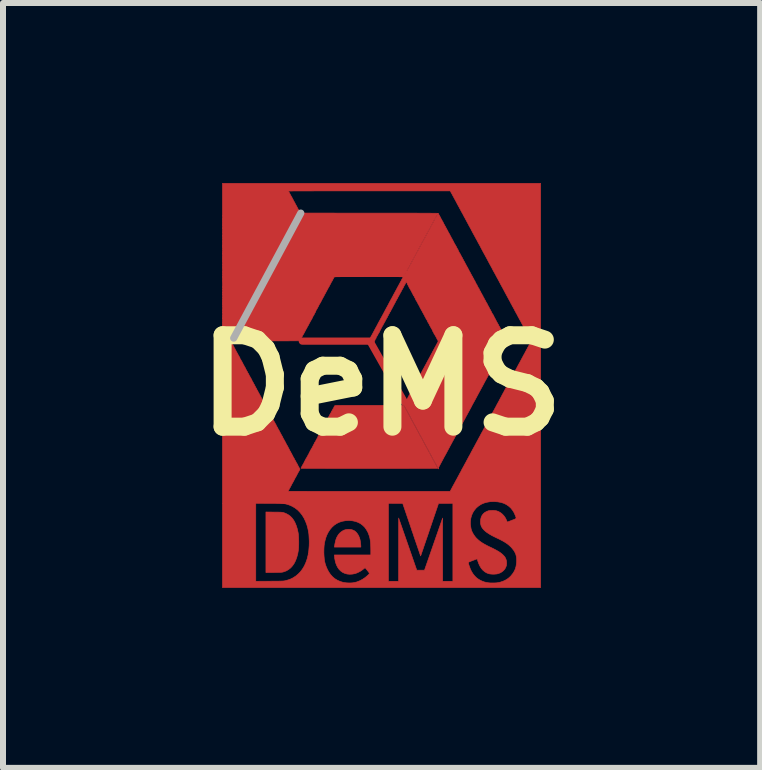
<source format=kicad_pcb>
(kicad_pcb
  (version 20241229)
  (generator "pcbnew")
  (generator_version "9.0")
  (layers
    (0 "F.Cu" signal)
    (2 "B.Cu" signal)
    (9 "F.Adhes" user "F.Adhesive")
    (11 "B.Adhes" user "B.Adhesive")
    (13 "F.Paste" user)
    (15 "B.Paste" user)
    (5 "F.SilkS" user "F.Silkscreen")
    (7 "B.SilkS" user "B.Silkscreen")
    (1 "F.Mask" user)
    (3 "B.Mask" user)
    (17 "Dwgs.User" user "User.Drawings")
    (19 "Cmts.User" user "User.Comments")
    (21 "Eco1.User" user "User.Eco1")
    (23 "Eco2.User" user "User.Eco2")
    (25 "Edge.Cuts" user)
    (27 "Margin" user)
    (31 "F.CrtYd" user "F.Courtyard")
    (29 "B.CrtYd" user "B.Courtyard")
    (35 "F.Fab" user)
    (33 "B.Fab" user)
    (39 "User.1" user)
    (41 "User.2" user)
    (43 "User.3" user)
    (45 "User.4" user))
  (footprint "DeMS"
    (layer "F.Cu")
    (at 3.309 3.372)
    (property "Reference" "DeMS" (at 0 0 0) (layer "F.SilkS") (effects (font (size 1.524 1.524) (thickness 0.3))))
    (attr through_hole)
    (fp_line (start -0.178 -0.737) (end -1.321 -0.737) (stroke (width 0.12) (type solid)) (layer "F.Cu"))
    (fp_line (start -0.178 -0.711) (end 0.381 0.279) (stroke (width 0.12) (type solid)) (layer "F.Cu"))
    (fp_poly (pts (xy 0.298 0.191) (xy 0.296 0.192) (xy 0.295 0.191) (xy 0.296 0.189) (xy 0.298 0.191)) (stroke (width 0.01) (type solid)) (fill yes) (layer "F.Cu"))
    (fp_poly (pts (xy -0.526 2.401) (xy -0.493 2.407) (xy -0.464 2.418) (xy -0.446 2.428) (xy -0.423 2.448) (xy -0.402 2.474) (xy -0.383 2.504) (xy -0.369 2.538) (xy -0.359 2.569) (xy -0.355 2.591) (xy -0.351 2.615) (xy -0.348 2.641) (xy -0.346 2.664) (xy -0.345 2.679) (xy -0.345 2.696) (xy -0.786 2.696) (xy -0.784 2.684) (xy -0.777 2.641) (xy -0.769 2.605) (xy -0.761 2.573) (xy -0.751 2.545) (xy -0.739 2.521) (xy -0.725 2.498) (xy -0.713 2.481) (xy -0.696 2.462) (xy -0.675 2.444) (xy -0.652 2.428) (xy -0.63 2.416) (xy -0.626 2.414) (xy -0.593 2.404) (xy -0.56 2.4) (xy -0.526 2.401)) (stroke (width 0.01) (type solid)) (fill yes) (layer "F.Cu"))
    (fp_poly (pts (xy -1.792 2.113) (xy -1.758 2.113) (xy -1.73 2.113) (xy -1.707 2.114) (xy -1.689 2.114) (xy -1.674 2.115) (xy -1.663 2.116) (xy -1.653 2.117) (xy -1.645 2.118) (xy -1.638 2.12) (xy -1.631 2.122) (xy -1.631 2.122) (xy -1.604 2.132) (xy -1.576 2.145) (xy -1.55 2.16) (xy -1.527 2.177) (xy -1.521 2.181) (xy -1.491 2.212) (xy -1.464 2.248) (xy -1.441 2.291) (xy -1.421 2.339) (xy -1.404 2.393) (xy -1.391 2.451) (xy -1.386 2.482) (xy -1.384 2.506) (xy -1.382 2.535) (xy -1.381 2.568) (xy -1.38 2.604) (xy -1.38 2.64) (xy -1.381 2.675) (xy -1.382 2.707) (xy -1.385 2.735) (xy -1.386 2.748) (xy -1.397 2.811) (xy -1.413 2.868) (xy -1.432 2.92) (xy -1.455 2.966) (xy -1.482 3.006) (xy -1.513 3.041) (xy -1.548 3.069) (xy -1.586 3.092) (xy -1.629 3.108) (xy -1.636 3.11) (xy -1.644 3.112) (xy -1.652 3.114) (xy -1.66 3.115) (xy -1.67 3.116) (xy -1.682 3.117) (xy -1.697 3.118) (xy -1.716 3.118) (xy -1.74 3.119) (xy -1.769 3.119) (xy -1.796 3.12) (xy -1.927 3.121) (xy -1.927 2.111) (xy -1.792 2.113)) (stroke (width 0.01) (type solid)) (fill yes) (layer "F.Cu"))
    (fp_poly (pts (xy -0.234 0.334) (xy -0.205 0.334) (xy 0.367 0.334) (xy 0.38 0.356) (xy 0.388 0.37) (xy 0.398 0.388) (xy 0.407 0.405) (xy 0.41 0.41) (xy 0.417 0.423) (xy 0.426 0.441) (xy 0.437 0.461) (xy 0.449 0.484) (xy 0.461 0.506) (xy 0.461 0.506) (xy 0.475 0.532) (xy 0.49 0.559) (xy 0.505 0.587) (xy 0.521 0.616) (xy 0.535 0.643) (xy 0.549 0.668) (xy 0.561 0.69) (xy 0.571 0.709) (xy 0.578 0.723) (xy 0.582 0.729) (xy 0.588 0.741) (xy 0.594 0.752) (xy 0.596 0.755) (xy 0.602 0.765) (xy 0.606 0.773) (xy 0.61 0.782) (xy 0.616 0.793) (xy 0.618 0.796) (xy 0.624 0.806) (xy 0.628 0.814) (xy 0.629 0.816) (xy 0.632 0.822) (xy 0.637 0.832) (xy 0.644 0.844) (xy 0.649 0.853) (xy 0.658 0.869) (xy 0.667 0.885) (xy 0.674 0.899) (xy 0.676 0.904) (xy 0.683 0.916) (xy 0.691 0.931) (xy 0.7 0.948) (xy 0.704 0.956) (xy 0.713 0.972) (xy 0.721 0.987) (xy 0.727 0.999) (xy 0.73 1.003) (xy 0.735 1.012) (xy 0.742 1.026) (xy 0.751 1.042) (xy 0.757 1.054) (xy 0.766 1.07) (xy 0.774 1.085) (xy 0.781 1.098) (xy 0.784 1.104) (xy 0.789 1.112) (xy 0.792 1.117) (xy 0.793 1.118) (xy 0.796 1.12) (xy 0.796 1.121) (xy 0.797 1.126) (xy 0.802 1.135) (xy 0.808 1.147) (xy 0.814 1.16) (xy 0.821 1.173) (xy 0.827 1.184) (xy 0.832 1.191) (xy 0.833 1.193) (xy 0.836 1.198) (xy 0.837 1.199) (xy 0.838 1.203) (xy 0.843 1.212) (xy 0.849 1.224) (xy 0.858 1.239) (xy 0.859 1.241) (xy 0.867 1.256) (xy 0.874 1.269) (xy 0.879 1.279) (xy 0.881 1.284) (xy 0.881 1.284) (xy 0.883 1.288) (xy 0.884 1.288) (xy 0.887 1.291) (xy 0.887 1.293) (xy 0.889 1.298) (xy 0.894 1.307) (xy 0.9 1.319) (xy 0.901 1.32) (xy 0.907 1.331) (xy 0.912 1.34) (xy 0.914 1.344) (xy 0.914 1.344) (xy 0.916 1.348) (xy 0.92 1.356) (xy 0.925 1.363) (xy 0.93 1.373) (xy 0.934 1.381) (xy 0.935 1.383) (xy 0.931 1.383) (xy 0.922 1.384) (xy 0.906 1.384) (xy 0.884 1.384) (xy 0.856 1.384) (xy 0.824 1.384) (xy 0.786 1.385) (xy 0.744 1.385) (xy 0.697 1.385) (xy 0.646 1.385) (xy 0.592 1.385) (xy 0.534 1.385) (xy 0.473 1.385) (xy 0.409 1.386) (xy 0.342 1.386) (xy 0.274 1.386) (xy 0.203 1.386) (xy 0.131 1.386) (xy 0.057 1.386) (xy -0.018 1.386) (xy -0.093 1.386) (xy -0.169 1.386) (xy -0.245 1.386) (xy -0.321 1.386) (xy -0.396 1.386) (xy -0.471 1.386) (xy -0.545 1.386) (xy -0.617 1.386) (xy -0.687 1.386) (xy -0.756 1.386) (xy -0.822 1.386) (xy -0.886 1.386) (xy -0.947 1.385) (xy -1.004 1.385) (xy -1.058 1.385) (xy -1.109 1.385) (xy -1.155 1.385) (xy -1.197 1.385) (xy -1.234 1.385) (xy -1.266 1.384) (xy -1.293 1.384) (xy -1.315 1.384) (xy -1.33 1.384) (xy -1.339 1.384) (xy -1.342 1.383) (xy -1.341 1.379) (xy -1.338 1.371) (xy -1.337 1.37) (xy -1.331 1.359) (xy -1.327 1.349) (xy -1.323 1.342) (xy -1.32 1.339) (xy -1.318 1.336) (xy -1.317 1.332) (xy -1.315 1.325) (xy -1.313 1.323) (xy -1.31 1.32) (xy -1.304 1.311) (xy -1.298 1.299) (xy -1.294 1.291) (xy -1.287 1.276) (xy -1.279 1.261) (xy -1.273 1.249) (xy -1.271 1.246) (xy -1.266 1.236) (xy -1.261 1.226) (xy -1.26 1.224) (xy -1.256 1.217) (xy -1.254 1.216) (xy -1.251 1.213) (xy -1.247 1.205) (xy -1.247 1.203) (xy -1.243 1.195) (xy -1.24 1.19) (xy -1.239 1.19) (xy -1.236 1.187) (xy -1.236 1.185) (xy -1.234 1.18) (xy -1.233 1.179) (xy -1.23 1.177) (xy -1.23 1.177) (xy -1.229 1.17) (xy -1.226 1.163) (xy -1.223 1.158) (xy -1.222 1.158) (xy -1.22 1.155) (xy -1.215 1.147) (xy -1.211 1.138) (xy -1.207 1.128) (xy -1.204 1.121) (xy -1.204 1.12) (xy -1.202 1.116) (xy -1.2 1.115) (xy -1.196 1.11) (xy -1.194 1.103) (xy -1.19 1.094) (xy -1.184 1.084) (xy -1.183 1.083) (xy -1.178 1.075) (xy -1.175 1.068) (xy -1.175 1.067) (xy -1.173 1.063) (xy -1.172 1.063) (xy -1.169 1.06) (xy -1.168 1.058) (xy -1.166 1.051) (xy -1.164 1.05) (xy -1.161 1.045) (xy -1.155 1.036) (xy -1.15 1.025) (xy -1.143 1.01) (xy -1.134 0.994) (xy -1.129 0.984) (xy -1.123 0.973) (xy -1.118 0.962) (xy -1.116 0.956) (xy -1.112 0.949) (xy -1.108 0.945) (xy -1.103 0.941) (xy -1.099 0.932) (xy -1.098 0.929) (xy -1.094 0.919) (xy -1.09 0.912) (xy -1.089 0.911) (xy -1.085 0.905) (xy -1.084 0.903) (xy -1.082 0.897) (xy -1.077 0.889) (xy -1.076 0.888) (xy -1.07 0.879) (xy -1.066 0.87) (xy -1.064 0.864) (xy -1.064 0.862) (xy -1.063 0.859) (xy -1.059 0.852) (xy -1.057 0.849) (xy -1.05 0.838) (xy -1.043 0.825) (xy -1.04 0.819) (xy -1.035 0.81) (xy -1.03 0.803) (xy -1.029 0.802) (xy -1.026 0.799) (xy -1.026 0.797) (xy -1.024 0.791) (xy -1.019 0.783) (xy -1.017 0.78) (xy -1.012 0.774) (xy -1.011 0.77) (xy -1.011 0.769) (xy -1.011 0.767) (xy -1.007 0.76) (xy -1.006 0.759) (xy -1.001 0.751) (xy -0.999 0.745) (xy -0.999 0.745) (xy -0.997 0.74) (xy -0.994 0.737) (xy -0.99 0.732) (xy -0.99 0.73) (xy -0.989 0.727) (xy -0.986 0.719) (xy -0.983 0.714) (xy -0.978 0.703) (xy -0.974 0.695) (xy -0.973 0.692) (xy -0.97 0.687) (xy -0.968 0.686) (xy -0.966 0.683) (xy -0.965 0.68) (xy -0.963 0.676) (xy -0.962 0.675) (xy -0.959 0.672) (xy -0.954 0.664) (xy -0.95 0.656) (xy -0.939 0.633) (xy -0.93 0.616) (xy -0.923 0.603) (xy -0.918 0.593) (xy -0.915 0.589) (xy -0.91 0.581) (xy -0.908 0.575) (xy -0.908 0.574) (xy -0.905 0.569) (xy -0.903 0.567) (xy -0.899 0.562) (xy -0.894 0.555) (xy -0.89 0.547) (xy -0.889 0.541) (xy -0.889 0.54) (xy -0.888 0.536) (xy -0.886 0.533) (xy -0.881 0.527) (xy -0.881 0.524) (xy -0.879 0.519) (xy -0.878 0.519) (xy -0.875 0.516) (xy -0.872 0.509) (xy -0.871 0.502) (xy -0.869 0.499) (xy -0.864 0.492) (xy -0.862 0.489) (xy -0.857 0.481) (xy -0.854 0.475) (xy -0.853 0.473) (xy -0.851 0.467) (xy -0.847 0.464) (xy -0.843 0.457) (xy -0.838 0.447) (xy -0.837 0.443) (xy -0.833 0.433) (xy -0.829 0.427) (xy -0.827 0.426) (xy -0.823 0.421) (xy -0.823 0.419) (xy -0.821 0.414) (xy -0.82 0.414) (xy -0.817 0.411) (xy -0.815 0.404) (xy -0.811 0.395) (xy -0.806 0.389) (xy -0.801 0.382) (xy -0.798 0.375) (xy -0.794 0.365) (xy -0.79 0.356) (xy -0.784 0.347) (xy -0.78 0.34) (xy -0.78 0.339) (xy -0.779 0.339) (xy -0.776 0.338) (xy -0.773 0.337) (xy -0.768 0.337) (xy -0.761 0.336) (xy -0.752 0.336) (xy -0.741 0.335) (xy -0.727 0.335) (xy -0.71 0.335) (xy -0.689 0.335) (xy -0.665 0.334) (xy -0.637 0.334) (xy -0.605 0.334) (xy -0.568 0.334) (xy -0.526 0.334) (xy -0.479 0.334) (xy -0.427 0.334) (xy -0.369 0.334) (xy -0.305 0.334) (xy -0.234 0.334)) (stroke (width 0.01) (type solid)) (fill yes) (layer "F.Cu"))
    (fp_poly (pts (xy 2.652 3.371) (xy -2.652 3.371) (xy -2.652 3.266) (xy -2.096 3.266) (xy -1.865 3.265) (xy -1.82 3.264) (xy -1.781 3.264) (xy -1.747 3.264) (xy -1.719 3.264) (xy -1.696 3.263) (xy -1.676 3.263) (xy -1.66 3.262) (xy -1.647 3.262) (xy -1.636 3.261) (xy -1.627 3.26) (xy -1.62 3.259) (xy -1.613 3.258) (xy -1.606 3.257) (xy -1.6 3.255) (xy -1.556 3.243) (xy -1.517 3.229) (xy -1.48 3.211) (xy -1.445 3.189) (xy -1.431 3.18) (xy -1.389 3.145) (xy -1.35 3.105) (xy -1.316 3.059) (xy -1.286 3.009) (xy -1.261 2.953) (xy -1.24 2.893) (xy -1.224 2.828) (xy -1.215 2.771) (xy -0.961 2.771) (xy -0.961 2.801) (xy -0.958 2.852) (xy -0.954 2.898) (xy -0.947 2.941) (xy -0.937 2.981) (xy -0.923 3.02) (xy -0.906 3.06) (xy -0.906 3.061) (xy -0.88 3.11) (xy -0.85 3.153) (xy -0.816 3.191) (xy -0.778 3.223) (xy -0.735 3.249) (xy -0.689 3.269) (xy -0.64 3.284) (xy -0.586 3.292) (xy -0.542 3.294) (xy -0.521 3.294) (xy -0.499 3.293) (xy -0.477 3.291) (xy -0.465 3.289) (xy -0.415 3.278) (xy -0.366 3.259) (xy -0.318 3.234) (xy -0.272 3.203) (xy -0.23 3.167) (xy -0.218 3.156) (xy -0.21 3.147) (xy -0.205 3.14) (xy -0.204 3.133) (xy -0.207 3.125) (xy -0.214 3.114) (xy -0.225 3.1) (xy -0.236 3.086) (xy -0.248 3.071) (xy -0.259 3.058) (xy -0.267 3.048) (xy -0.273 3.042) (xy -0.274 3.041) (xy -0.278 3.043) (xy -0.285 3.049) (xy -0.292 3.054) (xy -0.318 3.075) (xy -0.347 3.095) (xy -0.378 3.112) (xy -0.41 3.127) (xy -0.439 3.137) (xy -0.444 3.139) (xy -0.49 3.147) (xy -0.533 3.149) (xy -0.575 3.145) (xy -0.613 3.134) (xy -0.648 3.118) (xy -0.68 3.095) (xy -0.708 3.067) (xy -0.732 3.033) (xy -0.752 2.993) (xy -0.765 2.957) (xy -0.769 2.943) (xy -0.773 2.924) (xy -0.777 2.904) (xy -0.781 2.883) (xy -0.783 2.863) (xy -0.785 2.847) (xy -0.786 2.839) (xy -0.786 2.827) (xy -0.179 2.827) (xy -0.179 2.745) (xy -0.18 2.694) (xy -0.182 2.649) (xy -0.185 2.609) (xy -0.19 2.572) (xy -0.196 2.539) (xy -0.205 2.508) (xy -0.216 2.478) (xy -0.228 2.448) (xy -0.229 2.447) (xy -0.253 2.404) (xy -0.281 2.365) (xy -0.314 2.333) (xy -0.351 2.305) (xy -0.392 2.284) (xy -0.437 2.268) (xy -0.485 2.258) (xy -0.538 2.253) (xy -0.549 2.253) (xy -0.604 2.257) (xy -0.655 2.266) (xy -0.704 2.282) (xy -0.749 2.304) (xy -0.79 2.332) (xy -0.827 2.366) (xy -0.86 2.405) (xy -0.889 2.45) (xy -0.914 2.5) (xy -0.929 2.542) (xy -0.941 2.585) (xy -0.951 2.628) (xy -0.957 2.672) (xy -0.96 2.719) (xy -0.961 2.771) (xy -1.215 2.771) (xy -1.213 2.759) (xy -1.207 2.686) (xy -1.206 2.672) (xy -1.205 2.634) (xy -1.205 2.593) (xy -1.207 2.553) (xy -1.209 2.515) (xy -1.211 2.482) (xy -1.214 2.46) (xy -1.227 2.391) (xy -1.244 2.327) (xy -1.267 2.267) (xy -1.293 2.212) (xy -1.324 2.162) (xy -1.359 2.118) (xy -1.398 2.078) (xy -1.441 2.045) (xy -1.488 2.017) (xy -1.538 1.995) (xy -1.551 1.991) (xy -1.564 1.986) (xy -1.575 1.983) (xy -1.586 1.98) (xy -1.597 1.977) (xy -1.609 1.975) (xy -1.622 1.973) (xy -1.637 1.972) (xy -1.655 1.971) (xy -1.676 1.97) (xy -1.7 1.969) (xy -1.729 1.969) (xy -1.762 1.968) (xy -1.801 1.968) (xy -1.846 1.968) (xy -1.864 1.968) (xy -2.042 1.967) (xy 0.115 1.967) (xy 0.115 3.266) (xy 0.284 3.266) (xy 0.285 2.212) (xy 0.436 2.646) (xy 0.587 3.081) (xy 0.652 3.081) (xy 0.716 3.081) (xy 0.867 2.647) (xy 1.018 2.213) (xy 1.019 3.266) (xy 1.189 3.266) (xy 1.189 2.954) (xy 1.446 2.954) (xy 1.447 2.962) (xy 1.451 2.974) (xy 1.455 2.99) (xy 1.461 3.009) (xy 1.468 3.027) (xy 1.474 3.045) (xy 1.48 3.061) (xy 1.481 3.064) (xy 1.5 3.103) (xy 1.523 3.14) (xy 1.549 3.173) (xy 1.577 3.202) (xy 1.6 3.221) (xy 1.635 3.243) (xy 1.673 3.262) (xy 1.713 3.277) (xy 1.752 3.286) (xy 1.758 3.287) (xy 1.771 3.289) (xy 1.783 3.291) (xy 1.791 3.292) (xy 1.792 3.292) (xy 1.802 3.293) (xy 1.818 3.294) (xy 1.838 3.294) (xy 1.859 3.294) (xy 1.88 3.294) (xy 1.9 3.293) (xy 1.917 3.292) (xy 1.925 3.291) (xy 1.978 3.281) (xy 2.026 3.265) (xy 2.07 3.244) (xy 2.111 3.218) (xy 2.148 3.185) (xy 2.157 3.175) (xy 2.187 3.138) (xy 2.211 3.1) (xy 2.23 3.059) (xy 2.242 3.015) (xy 2.249 2.967) (xy 2.251 2.939) (xy 2.251 2.895) (xy 2.247 2.857) (xy 2.239 2.821) (xy 2.225 2.788) (xy 2.207 2.756) (xy 2.182 2.724) (xy 2.163 2.701) (xy 2.14 2.679) (xy 2.117 2.658) (xy 2.091 2.638) (xy 2.062 2.619) (xy 2.029 2.599) (xy 1.991 2.579) (xy 1.948 2.557) (xy 1.93 2.549) (xy 1.885 2.527) (xy 1.845 2.507) (xy 1.811 2.488) (xy 1.781 2.469) (xy 1.755 2.452) (xy 1.732 2.434) (xy 1.712 2.416) (xy 1.706 2.41) (xy 1.684 2.385) (xy 1.668 2.36) (xy 1.657 2.333) (xy 1.651 2.304) (xy 1.649 2.271) (xy 1.652 2.233) (xy 1.661 2.199) (xy 1.675 2.168) (xy 1.695 2.142) (xy 1.72 2.12) (xy 1.75 2.103) (xy 1.781 2.091) (xy 1.799 2.088) (xy 1.821 2.086) (xy 1.846 2.085) (xy 1.871 2.085) (xy 1.894 2.088) (xy 1.913 2.091) (xy 1.915 2.091) (xy 1.951 2.104) (xy 1.985 2.124) (xy 2.016 2.149) (xy 2.043 2.179) (xy 2.066 2.213) (xy 2.084 2.251) (xy 2.085 2.254) (xy 2.09 2.266) (xy 2.093 2.275) (xy 2.096 2.279) (xy 2.096 2.279) (xy 2.1 2.277) (xy 2.109 2.274) (xy 2.122 2.269) (xy 2.14 2.262) (xy 2.159 2.255) (xy 2.171 2.25) (xy 2.195 2.241) (xy 2.214 2.234) (xy 2.227 2.228) (xy 2.236 2.222) (xy 2.241 2.216) (xy 2.242 2.21) (xy 2.241 2.201) (xy 2.237 2.19) (xy 2.232 2.176) (xy 2.23 2.171) (xy 2.209 2.123) (xy 2.183 2.081) (xy 2.153 2.044) (xy 2.118 2.013) (xy 2.08 1.987) (xy 2.036 1.966) (xy 1.988 1.951) (xy 1.936 1.942) (xy 1.88 1.938) (xy 1.865 1.938) (xy 1.808 1.94) (xy 1.755 1.949) (xy 1.706 1.963) (xy 1.661 1.983) (xy 1.62 2.009) (xy 1.583 2.04) (xy 1.577 2.046) (xy 1.546 2.083) (xy 1.521 2.123) (xy 1.502 2.166) (xy 1.489 2.212) (xy 1.482 2.261) (xy 1.481 2.311) (xy 1.483 2.328) (xy 1.488 2.366) (xy 1.494 2.399) (xy 1.504 2.429) (xy 1.517 2.457) (xy 1.531 2.481) (xy 1.553 2.514) (xy 1.578 2.544) (xy 1.607 2.572) (xy 1.639 2.599) (xy 1.677 2.625) (xy 1.719 2.65) (xy 1.768 2.676) (xy 1.792 2.688) (xy 1.837 2.709) (xy 1.875 2.728) (xy 1.909 2.746) (xy 1.937 2.762) (xy 1.962 2.777) (xy 1.984 2.792) (xy 2.003 2.807) (xy 2.019 2.821) (xy 2.034 2.836) (xy 2.055 2.86) (xy 2.069 2.886) (xy 2.079 2.914) (xy 2.083 2.937) (xy 2.085 2.971) (xy 2.081 3.004) (xy 2.07 3.034) (xy 2.054 3.063) (xy 2.032 3.088) (xy 2.006 3.109) (xy 1.975 3.127) (xy 1.942 3.139) (xy 1.922 3.144) (xy 1.897 3.146) (xy 1.87 3.148) (xy 1.843 3.147) (xy 1.818 3.145) (xy 1.796 3.142) (xy 1.793 3.141) (xy 1.755 3.128) (xy 1.721 3.108) (xy 1.69 3.082) (xy 1.662 3.05) (xy 1.638 3.011) (xy 1.618 2.967) (xy 1.605 2.93) (xy 1.6 2.915) (xy 1.597 2.903) (xy 1.594 2.895) (xy 1.593 2.893) (xy 1.59 2.894) (xy 1.581 2.897) (xy 1.568 2.901) (xy 1.551 2.908) (xy 1.531 2.915) (xy 1.519 2.92) (xy 1.495 2.929) (xy 1.476 2.937) (xy 1.462 2.943) (xy 1.453 2.947) (xy 1.448 2.951) (xy 1.446 2.954) (xy 1.446 2.954) (xy 1.189 2.954) (xy 1.189 1.967) (xy 1.07 1.968) (xy 0.95 1.968) (xy 0.801 2.406) (xy 0.783 2.461) (xy 0.765 2.513) (xy 0.748 2.562) (xy 0.732 2.609) (xy 0.717 2.653) (xy 0.703 2.694) (xy 0.691 2.73) (xy 0.68 2.762) (xy 0.67 2.79) (xy 0.663 2.812) (xy 0.657 2.828) (xy 0.653 2.839) (xy 0.651 2.843) (xy 0.651 2.843) (xy 0.65 2.84) (xy 0.647 2.83) (xy 0.641 2.814) (xy 0.634 2.793) (xy 0.625 2.766) (xy 0.614 2.735) (xy 0.602 2.699) (xy 0.588 2.659) (xy 0.573 2.615) (xy 0.557 2.569) (xy 0.54 2.519) (xy 0.523 2.467) (xy 0.504 2.414) (xy 0.502 2.405) (xy 0.353 1.968) (xy 0.234 1.968) (xy 0.115 1.967) (xy -2.042 1.967) (xy -2.096 1.966) (xy -2.096 3.266) (xy -2.652 3.266) (xy -2.652 -0.732) (xy -2.509 -0.732) (xy -2.506 -0.724) (xy -2.504 -0.722) (xy -2.5 -0.716) (xy -2.499 -0.713) (xy -2.498 -0.708) (xy -2.496 -0.708) (xy -2.493 -0.704) (xy -2.491 -0.697) (xy -2.491 -0.697) (xy -2.489 -0.689) (xy -2.486 -0.686) (xy -2.486 -0.686) (xy -2.483 -0.683) (xy -2.479 -0.675) (xy -2.476 -0.669) (xy -2.471 -0.66) (xy -2.467 -0.654) (xy -2.466 -0.653) (xy -2.463 -0.65) (xy -2.46 -0.642) (xy -2.46 -0.642) (xy -2.457 -0.632) (xy -2.45 -0.621) (xy -2.444 -0.612) (xy -2.44 -0.602) (xy -2.44 -0.602) (xy -2.437 -0.595) (xy -2.435 -0.591) (xy -2.431 -0.585) (xy -2.424 -0.573) (xy -2.418 -0.56) (xy -2.413 -0.55) (xy -2.409 -0.544) (xy -2.407 -0.542) (xy -2.404 -0.538) (xy -2.4 -0.53) (xy -2.399 -0.529) (xy -2.394 -0.516) (xy -2.388 -0.506) (xy -2.384 -0.501) (xy -2.381 -0.496) (xy -2.379 -0.49) (xy -2.374 -0.48) (xy -2.37 -0.475) (xy -2.365 -0.469) (xy -2.363 -0.466) (xy -2.362 -0.46) (xy -2.36 -0.454) (xy -2.358 -0.446) (xy -2.357 -0.442) (xy -2.355 -0.439) (xy -2.354 -0.439) (xy -2.35 -0.436) (xy -2.346 -0.428) (xy -2.344 -0.425) (xy -2.34 -0.416) (xy -2.337 -0.411) (xy -2.336 -0.41) (xy -2.334 -0.407) (xy -2.329 -0.399) (xy -2.326 -0.393) (xy -2.321 -0.382) (xy -2.316 -0.373) (xy -2.314 -0.371) (xy -2.31 -0.364) (xy -2.31 -0.361) (xy -2.308 -0.356) (xy -2.303 -0.347) (xy -2.3 -0.342) (xy -2.294 -0.332) (xy -2.289 -0.323) (xy -2.288 -0.321) (xy -2.284 -0.312) (xy -2.28 -0.306) (xy -2.275 -0.299) (xy -2.27 -0.289) (xy -2.265 -0.28) (xy -2.264 -0.275) (xy -2.262 -0.271) (xy -2.26 -0.268) (xy -2.256 -0.262) (xy -2.256 -0.259) (xy -2.254 -0.254) (xy -2.253 -0.254) (xy -2.25 -0.251) (xy -2.247 -0.244) (xy -2.243 -0.235) (xy -2.239 -0.23) (xy -2.233 -0.223) (xy -2.23 -0.214) (xy -2.228 -0.206) (xy -2.225 -0.203) (xy -2.225 -0.203) (xy -2.222 -0.2) (xy -2.217 -0.192) (xy -2.213 -0.184) (xy -2.205 -0.166) (xy -2.199 -0.155) (xy -2.194 -0.149) (xy -2.194 -0.149) (xy -2.192 -0.144) (xy -2.189 -0.137) (xy -2.186 -0.129) (xy -2.182 -0.126) (xy -2.178 -0.121) (xy -2.178 -0.118) (xy -2.176 -0.113) (xy -2.174 -0.112) (xy -2.171 -0.11) (xy -2.171 -0.107) (xy -2.169 -0.1) (xy -2.166 -0.097) (xy -2.162 -0.091) (xy -2.158 -0.081) (xy -2.158 -0.079) (xy -2.154 -0.069) (xy -2.149 -0.062) (xy -2.149 -0.062) (xy -2.145 -0.056) (xy -2.139 -0.046) (xy -2.135 -0.038) (xy -2.13 -0.027) (xy -2.126 -0.02) (xy -2.124 -0.018) (xy -2.121 -0.015) (xy -2.118 -0.007) (xy -2.118 -0.007) (xy -2.116 0.000357) (xy -2.113 0.004) (xy -2.113 0.004) (xy -2.11 0.007) (xy -2.109 0.01) (xy -2.106 0.017) (xy -2.1 0.027) (xy -2.098 0.031) (xy -2.093 0.041) (xy -2.088 0.049) (xy -2.088 0.052) (xy -2.084 0.057) (xy -2.083 0.058) (xy -2.08 0.061) (xy -2.078 0.069) (xy -2.078 0.069) (xy -2.075 0.077) (xy -2.073 0.08) (xy -2.073 0.08) (xy -2.07 0.083) (xy -2.066 0.09) (xy -2.061 0.099) (xy -2.054 0.114) (xy -2.048 0.125) (xy -2.041 0.137) (xy -2.037 0.143) (xy -2.031 0.154) (xy -2.025 0.166) (xy -2.023 0.17) (xy -2.019 0.179) (xy -2.016 0.184) (xy -2.015 0.185) (xy -2.012 0.188) (xy -2.009 0.195) (xy -2.008 0.197) (xy -2.005 0.205) (xy -2.002 0.21) (xy -2.002 0.21) (xy -1.997 0.216) (xy -1.992 0.226) (xy -1.988 0.236) (xy -1.982 0.246) (xy -1.978 0.252) (xy -1.973 0.26) (xy -1.967 0.271) (xy -1.965 0.277) (xy -1.96 0.286) (xy -1.956 0.293) (xy -1.954 0.294) (xy -1.951 0.296) (xy -1.951 0.297) (xy -1.95 0.303) (xy -1.946 0.313) (xy -1.939 0.327) (xy -1.93 0.342) (xy -1.924 0.351) (xy -1.92 0.359) (xy -1.917 0.365) (xy -1.917 0.366) (xy -1.915 0.37) (xy -1.914 0.37) (xy -1.911 0.373) (xy -1.908 0.381) (xy -1.908 0.381) (xy -1.906 0.389) (xy -1.904 0.392) (xy -1.903 0.392) (xy -1.901 0.395) (xy -1.897 0.402) (xy -1.896 0.404) (xy -1.891 0.415) (xy -1.885 0.426) (xy -1.884 0.427) (xy -1.879 0.435) (xy -1.876 0.442) (xy -1.876 0.442) (xy -1.874 0.446) (xy -1.873 0.446) (xy -1.87 0.449) (xy -1.868 0.453) (xy -1.865 0.46) (xy -1.86 0.47) (xy -1.858 0.474) (xy -1.854 0.483) (xy -1.851 0.49) (xy -1.851 0.491) (xy -1.85 0.494) (xy -1.848 0.497) (xy -1.843 0.503) (xy -1.842 0.507) (xy -1.84 0.511) (xy -1.839 0.512) (xy -1.836 0.514) (xy -1.836 0.516) (xy -1.834 0.521) (xy -1.829 0.529) (xy -1.827 0.532) (xy -1.821 0.542) (xy -1.817 0.552) (xy -1.817 0.553) (xy -1.814 0.56) (xy -1.812 0.562) (xy -1.809 0.565) (xy -1.807 0.569) (xy -1.804 0.576) (xy -1.799 0.585) (xy -1.797 0.59) (xy -1.791 0.6) (xy -1.787 0.608) (xy -1.786 0.611) (xy -1.783 0.616) (xy -1.781 0.617) (xy -1.779 0.62) (xy -1.776 0.627) (xy -1.773 0.636) (xy -1.769 0.64) (xy -1.765 0.645) (xy -1.764 0.648) (xy -1.763 0.652) (xy -1.761 0.653) (xy -1.758 0.656) (xy -1.758 0.66) (xy -1.756 0.667) (xy -1.751 0.676) (xy -1.746 0.683) (xy -1.744 0.689) (xy -1.744 0.689) (xy -1.742 0.693) (xy -1.742 0.693) (xy -1.74 0.694) (xy -1.738 0.696) (xy -1.735 0.701) (xy -1.731 0.71) (xy -1.724 0.725) (xy -1.724 0.725) (xy -1.719 0.735) (xy -1.715 0.742) (xy -1.713 0.744) (xy -1.71 0.747) (xy -1.706 0.754) (xy -1.704 0.761) (xy -1.703 0.767) (xy -1.701 0.769) (xy -1.701 0.769) (xy -1.697 0.772) (xy -1.695 0.776) (xy -1.692 0.782) (xy -1.687 0.792) (xy -1.685 0.796) (xy -1.679 0.806) (xy -1.675 0.814) (xy -1.674 0.816) (xy -1.671 0.822) (xy -1.67 0.824) (xy -1.667 0.828) (xy -1.663 0.836) (xy -1.661 0.839) (xy -1.657 0.847) (xy -1.653 0.852) (xy -1.652 0.853) (xy -1.65 0.855) (xy -1.65 0.855) (xy -1.649 0.862) (xy -1.644 0.872) (xy -1.637 0.886) (xy -1.628 0.901) (xy -1.623 0.91) (xy -1.618 0.918) (xy -1.616 0.924) (xy -1.615 0.925) (xy -1.613 0.929) (xy -1.612 0.929) (xy -1.609 0.932) (xy -1.607 0.94) (xy -1.607 0.94) (xy -1.605 0.947) (xy -1.602 0.951) (xy -1.602 0.951) (xy -1.599 0.954) (xy -1.595 0.96) (xy -1.592 0.968) (xy -1.591 0.973) (xy -1.591 0.973) (xy -1.589 0.976) (xy -1.589 0.976) (xy -1.585 0.979) (xy -1.584 0.982) (xy -1.58 0.991) (xy -1.575 1) (xy -1.571 1.005) (xy -1.567 1.012) (xy -1.561 1.023) (xy -1.554 1.038) (xy -1.549 1.048) (xy -1.545 1.054) (xy -1.544 1.056) (xy -1.542 1.06) (xy -1.538 1.068) (xy -1.535 1.075) (xy -1.53 1.085) (xy -1.526 1.092) (xy -1.524 1.094) (xy -1.521 1.098) (xy -1.516 1.107) (xy -1.512 1.116) (xy -1.507 1.126) (xy -1.503 1.134) (xy -1.5 1.136) (xy -1.498 1.139) (xy -1.495 1.146) (xy -1.495 1.147) (xy -1.493 1.154) (xy -1.491 1.158) (xy -1.49 1.158) (xy -1.488 1.16) (xy -1.483 1.168) (xy -1.479 1.177) (xy -1.475 1.186) (xy -1.473 1.192) (xy -1.473 1.193) (xy -1.47 1.197) (xy -1.468 1.199) (xy -1.464 1.204) (xy -1.463 1.206) (xy -1.461 1.211) (xy -1.46 1.212) (xy -1.457 1.215) (xy -1.455 1.222) (xy -1.451 1.231) (xy -1.446 1.241) (xy -1.445 1.242) (xy -1.436 1.256) (xy -1.429 1.269) (xy -1.422 1.283) (xy -1.422 1.283) (xy -1.417 1.294) (xy -1.412 1.301) (xy -1.41 1.303) (xy -1.406 1.309) (xy -1.405 1.312) (xy -1.403 1.317) (xy -1.402 1.317) (xy -1.399 1.319) (xy -1.4 1.32) (xy -1.399 1.324) (xy -1.396 1.332) (xy -1.395 1.333) (xy -1.389 1.344) (xy -1.384 1.353) (xy -1.38 1.363) (xy -1.373 1.373) (xy -1.373 1.374) (xy -1.368 1.382) (xy -1.365 1.388) (xy -1.365 1.389) (xy -1.363 1.393) (xy -1.362 1.393) (xy -1.36 1.396) (xy -1.362 1.404) (xy -1.365 1.412) (xy -1.368 1.415) (xy -1.368 1.415) (xy -1.371 1.418) (xy -1.373 1.424) (xy -1.376 1.431) (xy -1.378 1.433) (xy -1.382 1.436) (xy -1.382 1.437) (xy -1.383 1.441) (xy -1.388 1.45) (xy -1.394 1.462) (xy -1.399 1.47) (xy -1.406 1.484) (xy -1.412 1.495) (xy -1.415 1.503) (xy -1.416 1.505) (xy -1.417 1.509) (xy -1.418 1.509) (xy -1.421 1.512) (xy -1.425 1.52) (xy -1.425 1.52) (xy -1.43 1.53) (xy -1.434 1.536) (xy -1.438 1.542) (xy -1.442 1.549) (xy -1.446 1.558) (xy -1.452 1.569) (xy -1.456 1.577) (xy -1.463 1.591) (xy -1.472 1.607) (xy -1.475 1.613) (xy -1.48 1.623) (xy -1.485 1.63) (xy -1.486 1.633) (xy -1.489 1.637) (xy -1.493 1.644) (xy -1.497 1.652) (xy -1.502 1.663) (xy -1.509 1.675) (xy -1.515 1.687) (xy -1.52 1.697) (xy -1.523 1.703) (xy -1.526 1.708) (xy -1.528 1.709) (xy -1.531 1.712) (xy -1.531 1.714) (xy -1.533 1.719) (xy -1.537 1.728) (xy -1.543 1.739) (xy -1.544 1.741) (xy -1.551 1.752) (xy -1.556 1.761) (xy -1.558 1.765) (xy -1.558 1.765) (xy -1.555 1.766) (xy -1.545 1.766) (xy -1.528 1.766) (xy -1.506 1.766) (xy -1.478 1.766) (xy -1.444 1.766) (xy -1.405 1.766) (xy -1.36 1.766) (xy -1.311 1.766) (xy -1.257 1.766) (xy -1.198 1.767) (xy -1.136 1.767) (xy -1.069 1.767) (xy -0.998 1.767) (xy -0.924 1.767) (xy -0.846 1.767) (xy -0.765 1.767) (xy -0.681 1.767) (xy -0.595 1.767) (xy -0.506 1.767) (xy -0.415 1.767) (xy -0.322 1.767) (xy -0.227 1.767) (xy -0.207 1.767) (xy 1.143 1.767) (xy 1.163 1.73) (xy 1.187 1.684) (xy 1.211 1.641) (xy 1.233 1.6) (xy 1.252 1.565) (xy 1.258 1.555) (xy 1.266 1.539) (xy 1.274 1.524) (xy 1.28 1.513) (xy 1.284 1.507) (xy 1.284 1.506) (xy 1.287 1.501) (xy 1.292 1.491) (xy 1.299 1.478) (xy 1.306 1.464) (xy 1.315 1.449) (xy 1.322 1.436) (xy 1.327 1.427) (xy 1.329 1.422) (xy 1.33 1.42) (xy 1.331 1.417) (xy 1.334 1.412) (xy 1.338 1.404) (xy 1.344 1.393) (xy 1.352 1.379) (xy 1.363 1.359) (xy 1.37 1.346) (xy 1.379 1.33) (xy 1.387 1.314) (xy 1.394 1.302) (xy 1.398 1.294) (xy 1.399 1.294) (xy 1.415 1.263) (xy 1.428 1.238) (xy 1.439 1.218) (xy 1.448 1.201) (xy 1.456 1.186) (xy 1.463 1.174) (xy 1.472 1.158) (xy 1.48 1.143) (xy 1.487 1.13) (xy 1.488 1.127) (xy 1.494 1.117) (xy 1.501 1.102) (xy 1.511 1.085) (xy 1.52 1.067) (xy 1.521 1.065) (xy 1.538 1.035) (xy 1.552 1.01) (xy 1.562 0.99) (xy 1.571 0.974) (xy 1.578 0.961) (xy 1.583 0.951) (xy 1.588 0.943) (xy 1.59 0.938) (xy 1.596 0.927) (xy 1.604 0.913) (xy 1.613 0.896) (xy 1.621 0.881) (xy 1.629 0.866) (xy 1.636 0.854) (xy 1.641 0.845) (xy 1.643 0.841) (xy 1.643 0.841) (xy 1.644 0.838) (xy 1.649 0.829) (xy 1.656 0.816) (xy 1.664 0.8) (xy 1.671 0.788) (xy 1.681 0.771) (xy 1.689 0.756) (xy 1.695 0.744) (xy 1.699 0.737) (xy 1.7 0.735) (xy 1.702 0.732) (xy 1.706 0.723) (xy 1.713 0.711) (xy 1.721 0.695) (xy 1.726 0.688) (xy 1.734 0.671) (xy 1.742 0.657) (xy 1.748 0.646) (xy 1.751 0.639) (xy 1.751 0.638) (xy 1.753 0.635) (xy 1.754 0.635) (xy 1.758 0.632) (xy 1.758 0.631) (xy 1.759 0.627) (xy 1.764 0.617) (xy 1.77 0.605) (xy 1.775 0.596) (xy 1.786 0.576) (xy 1.795 0.56) (xy 1.802 0.546) (xy 1.809 0.533) (xy 1.812 0.527) (xy 1.815 0.522) (xy 1.818 0.517) (xy 1.821 0.51) (xy 1.826 0.5) (xy 1.833 0.488) (xy 1.842 0.472) (xy 1.853 0.451) (xy 1.867 0.426) (xy 1.879 0.405) (xy 1.888 0.387) (xy 1.898 0.37) (xy 1.906 0.355) (xy 1.911 0.344) (xy 1.912 0.343) (xy 1.918 0.331) (xy 1.926 0.316) (xy 1.935 0.3) (xy 1.937 0.296) (xy 1.956 0.262) (xy 1.971 0.233) (xy 1.984 0.209) (xy 1.994 0.191) (xy 1.999 0.181) (xy 2.005 0.169) (xy 2.014 0.152) (xy 2.025 0.132) (xy 2.038 0.109) (xy 2.05 0.085) (xy 2.063 0.062) (xy 2.075 0.04) (xy 2.085 0.021) (xy 2.094 0.006) (xy 2.098 -0.003) (xy 2.105 -0.015) (xy 2.11 -0.024) (xy 2.113 -0.03) (xy 2.113 -0.031) (xy 2.115 -0.034) (xy 2.119 -0.043) (xy 2.126 -0.055) (xy 2.132 -0.066) (xy 2.142 -0.083) (xy 2.151 -0.099) (xy 2.158 -0.113) (xy 2.162 -0.12) (xy 2.167 -0.131) (xy 2.175 -0.146) (xy 2.185 -0.163) (xy 2.194 -0.181) (xy 2.194 -0.181) (xy 2.204 -0.198) (xy 2.215 -0.219) (xy 2.227 -0.241) (xy 2.239 -0.263) (xy 2.251 -0.285) (xy 2.261 -0.304) (xy 2.268 -0.318) (xy 2.27 -0.321) (xy 2.273 -0.327) (xy 2.279 -0.338) (xy 2.286 -0.351) (xy 2.295 -0.367) (xy 2.296 -0.368) (xy 2.305 -0.385) (xy 2.314 -0.402) (xy 2.321 -0.415) (xy 2.326 -0.425) (xy 2.332 -0.436) (xy 2.34 -0.451) (xy 2.348 -0.465) (xy 2.348 -0.466) (xy 2.356 -0.48) (xy 2.363 -0.494) (xy 2.369 -0.504) (xy 2.369 -0.505) (xy 2.374 -0.514) (xy 2.377 -0.518) (xy 2.378 -0.519) (xy 2.381 -0.522) (xy 2.381 -0.523) (xy 2.382 -0.528) (xy 2.387 -0.537) (xy 2.393 -0.549) (xy 2.398 -0.558) (xy 2.405 -0.571) (xy 2.411 -0.582) (xy 2.414 -0.59) (xy 2.415 -0.591) (xy 2.417 -0.596) (xy 2.417 -0.596) (xy 2.42 -0.599) (xy 2.425 -0.607) (xy 2.428 -0.613) (xy 2.433 -0.624) (xy 2.441 -0.638) (xy 2.45 -0.654) (xy 2.453 -0.66) (xy 2.461 -0.675) (xy 2.468 -0.688) (xy 2.473 -0.697) (xy 2.475 -0.7) (xy 2.479 -0.709) (xy 2.485 -0.72) (xy 2.487 -0.724) (xy 2.495 -0.739) (xy 2.484 -0.759) (xy 2.478 -0.771) (xy 2.469 -0.787) (xy 2.46 -0.803) (xy 2.457 -0.809) (xy 2.449 -0.823) (xy 2.439 -0.842) (xy 2.428 -0.863) (xy 2.417 -0.884) (xy 2.412 -0.893) (xy 2.402 -0.912) (xy 2.391 -0.931) (xy 2.383 -0.947) (xy 2.376 -0.96) (xy 2.373 -0.965) (xy 2.367 -0.977) (xy 2.359 -0.992) (xy 2.349 -1.009) (xy 2.343 -1.021) (xy 2.335 -1.035) (xy 2.329 -1.047) (xy 2.325 -1.055) (xy 2.323 -1.058) (xy 2.322 -1.061) (xy 2.317 -1.07) (xy 2.31 -1.082) (xy 2.301 -1.098) (xy 2.294 -1.111) (xy 2.285 -1.128) (xy 2.277 -1.143) (xy 2.27 -1.155) (xy 2.267 -1.162) (xy 2.266 -1.164) (xy 2.264 -1.167) (xy 2.26 -1.176) (xy 2.253 -1.188) (xy 2.244 -1.203) (xy 2.241 -1.209) (xy 2.232 -1.226) (xy 2.224 -1.24) (xy 2.218 -1.252) (xy 2.215 -1.258) (xy 2.214 -1.259) (xy 2.212 -1.264) (xy 2.207 -1.274) (xy 2.199 -1.288) (xy 2.19 -1.304) (xy 2.186 -1.311) (xy 2.177 -1.327) (xy 2.17 -1.342) (xy 2.164 -1.353) (xy 2.161 -1.36) (xy 2.161 -1.361) (xy 2.158 -1.364) (xy 2.157 -1.364) (xy 2.154 -1.367) (xy 2.154 -1.368) (xy 2.152 -1.373) (xy 2.148 -1.382) (xy 2.142 -1.395) (xy 2.138 -1.402) (xy 2.13 -1.416) (xy 2.12 -1.434) (xy 2.109 -1.454) (xy 2.098 -1.475) (xy 2.093 -1.484) (xy 2.082 -1.504) (xy 2.071 -1.525) (xy 2.06 -1.545) (xy 2.052 -1.56) (xy 2.049 -1.566) (xy 2.041 -1.581) (xy 2.033 -1.596) (xy 2.026 -1.608) (xy 2.025 -1.611) (xy 2.02 -1.62) (xy 2.013 -1.634) (xy 2.003 -1.65) (xy 1.993 -1.669) (xy 1.988 -1.678) (xy 1.979 -1.695) (xy 1.971 -1.71) (xy 1.965 -1.721) (xy 1.962 -1.728) (xy 1.961 -1.729) (xy 1.959 -1.733) (xy 1.955 -1.741) (xy 1.948 -1.753) (xy 1.94 -1.769) (xy 1.935 -1.776) (xy 1.927 -1.792) (xy 1.919 -1.806) (xy 1.913 -1.817) (xy 1.91 -1.822) (xy 1.91 -1.823) (xy 1.908 -1.827) (xy 1.904 -1.835) (xy 1.897 -1.848) (xy 1.888 -1.864) (xy 1.881 -1.876) (xy 1.872 -1.893) (xy 1.863 -1.908) (xy 1.857 -1.92) (xy 1.853 -1.927) (xy 1.853 -1.929) (xy 1.851 -1.933) (xy 1.846 -1.941) (xy 1.84 -1.954) (xy 1.832 -1.969) (xy 1.829 -1.973) (xy 1.818 -1.994) (xy 1.805 -2.017) (xy 1.792 -2.041) (xy 1.781 -2.062) (xy 1.748 -2.124) (xy 1.717 -2.181) (xy 1.688 -2.233) (xy 1.684 -2.242) (xy 1.675 -2.258) (xy 1.668 -2.271) (xy 1.662 -2.282) (xy 1.66 -2.287) (xy 1.659 -2.288) (xy 1.658 -2.291) (xy 1.653 -2.299) (xy 1.647 -2.312) (xy 1.64 -2.325) (xy 1.631 -2.341) (xy 1.622 -2.357) (xy 1.615 -2.37) (xy 1.611 -2.377) (xy 1.606 -2.386) (xy 1.599 -2.4) (xy 1.59 -2.417) (xy 1.581 -2.433) (xy 1.572 -2.449) (xy 1.565 -2.463) (xy 1.559 -2.474) (xy 1.555 -2.48) (xy 1.555 -2.48) (xy 1.552 -2.486) (xy 1.547 -2.496) (xy 1.539 -2.51) (xy 1.53 -2.527) (xy 1.524 -2.537) (xy 1.515 -2.554) (xy 1.507 -2.569) (xy 1.501 -2.58) (xy 1.498 -2.587) (xy 1.497 -2.588) (xy 1.495 -2.592) (xy 1.491 -2.601) (xy 1.484 -2.613) (xy 1.476 -2.628) (xy 1.473 -2.633) (xy 1.465 -2.648) (xy 1.457 -2.661) (xy 1.452 -2.671) (xy 1.45 -2.676) (xy 1.449 -2.676) (xy 1.448 -2.68) (xy 1.443 -2.689) (xy 1.436 -2.701) (xy 1.428 -2.717) (xy 1.424 -2.724) (xy 1.415 -2.74) (xy 1.408 -2.754) (xy 1.402 -2.764) (xy 1.399 -2.77) (xy 1.399 -2.771) (xy 1.397 -2.774) (xy 1.393 -2.782) (xy 1.387 -2.793) (xy 1.386 -2.795) (xy 1.377 -2.81) (xy 1.369 -2.826) (xy 1.363 -2.838) (xy 1.357 -2.849) (xy 1.349 -2.864) (xy 1.339 -2.881) (xy 1.329 -2.899) (xy 1.329 -2.899) (xy 1.32 -2.916) (xy 1.311 -2.933) (xy 1.303 -2.947) (xy 1.298 -2.957) (xy 1.298 -2.957) (xy 1.293 -2.967) (xy 1.285 -2.981) (xy 1.276 -2.997) (xy 1.268 -3.012) (xy 1.26 -3.027) (xy 1.253 -3.04) (xy 1.248 -3.049) (xy 1.246 -3.053) (xy 1.246 -3.053) (xy 1.245 -3.057) (xy 1.24 -3.065) (xy 1.233 -3.078) (xy 1.225 -3.093) (xy 1.221 -3.1) (xy 1.212 -3.116) (xy 1.204 -3.131) (xy 1.199 -3.142) (xy 1.196 -3.148) (xy 1.195 -3.149) (xy 1.193 -3.153) (xy 1.192 -3.153) (xy 1.189 -3.156) (xy 1.189 -3.157) (xy 1.187 -3.162) (xy 1.183 -3.171) (xy 1.176 -3.184) (xy 1.167 -3.199) (xy 1.166 -3.201) (xy 1.144 -3.24) (xy -0.203 -3.24) (xy -0.299 -3.24) (xy -0.392 -3.24) (xy -0.483 -3.24) (xy -0.573 -3.24) (xy -0.66 -3.24) (xy -0.744 -3.24) (xy -0.825 -3.24) (xy -0.903 -3.24) (xy -0.978 -3.24) (xy -1.05 -3.24) (xy -1.117 -3.24) (xy -1.181 -3.239) (xy -1.24 -3.239) (xy -1.295 -3.239) (xy -1.345 -3.239) (xy -1.391 -3.239) (xy -1.431 -3.239) (xy -1.466 -3.239) (xy -1.495 -3.238) (xy -1.518 -3.238) (xy -1.535 -3.238) (xy -1.546 -3.238) (xy -1.551 -3.238) (xy -1.551 -3.238) (xy -1.549 -3.233) (xy -1.545 -3.225) (xy -1.543 -3.221) (xy -1.538 -3.213) (xy -1.534 -3.207) (xy -1.534 -3.206) (xy -1.533 -3.203) (xy -1.528 -3.195) (xy -1.522 -3.183) (xy -1.521 -3.181) (xy -1.514 -3.169) (xy -1.509 -3.159) (xy -1.507 -3.154) (xy -1.507 -3.153) (xy -1.505 -3.15) (xy -1.504 -3.15) (xy -1.5 -3.147) (xy -1.5 -3.146) (xy -1.499 -3.142) (xy -1.494 -3.133) (xy -1.488 -3.121) (xy -1.483 -3.112) (xy -1.476 -3.099) (xy -1.47 -3.088) (xy -1.467 -3.081) (xy -1.466 -3.079) (xy -1.465 -3.075) (xy -1.46 -3.067) (xy -1.458 -3.065) (xy -1.453 -3.057) (xy -1.45 -3.051) (xy -1.449 -3.05) (xy -1.448 -3.047) (xy -1.443 -3.038) (xy -1.437 -3.025) (xy -1.429 -3.011) (xy -1.421 -2.997) (xy -1.415 -2.985) (xy -1.41 -2.977) (xy -1.409 -2.974) (xy -1.407 -2.97) (xy -1.403 -2.962) (xy -1.396 -2.949) (xy -1.388 -2.934) (xy -1.383 -2.927) (xy -1.374 -2.91) (xy -1.367 -2.896) (xy -1.361 -2.885) (xy -1.358 -2.879) (xy -1.358 -2.878) (xy -1.355 -2.874) (xy -1.353 -2.872) (xy -1.349 -2.872) (xy -1.339 -2.872) (xy -1.322 -2.872) (xy -1.3 -2.872) (xy -1.271 -2.872) (xy -1.237 -2.871) (xy -1.198 -2.871) (xy -1.154 -2.871) (xy -1.105 -2.871) (xy -1.051 -2.871) (xy -0.993 -2.871) (xy -0.931 -2.871) (xy -0.866 -2.871) (xy -0.796 -2.871) (xy -0.724 -2.87) (xy -0.648 -2.87) (xy -0.57 -2.87) (xy -0.489 -2.87) (xy -0.406 -2.87) (xy -0.32 -2.87) (xy -0.233 -2.87) (xy -0.2 -2.87) (xy -0.079 -2.87) (xy 0.034 -2.87) (xy 0.141 -2.87) (xy 0.242 -2.87) (xy 0.336 -2.87) (xy 0.423 -2.87) (xy 0.504 -2.87) (xy 0.578 -2.87) (xy 0.645 -2.869) (xy 0.706 -2.869) (xy 0.76 -2.869) (xy 0.807 -2.869) (xy 0.847 -2.868) (xy 0.881 -2.868) (xy 0.908 -2.868) (xy 0.929 -2.867) (xy 0.942 -2.867) (xy 0.949 -2.867) (xy 0.95 -2.867) (xy 0.949 -2.864) (xy 0.944 -2.863) (xy 0.939 -2.862) (xy 0.935 -2.857) (xy 0.929 -2.849) (xy 0.921 -2.835) (xy 0.92 -2.833) (xy 0.912 -2.819) (xy 0.905 -2.806) (xy 0.9 -2.797) (xy 0.898 -2.795) (xy 0.896 -2.789) (xy 0.897 -2.787) (xy 0.901 -2.79) (xy 0.907 -2.799) (xy 0.915 -2.813) (xy 0.924 -2.831) (xy 0.926 -2.837) (xy 0.931 -2.847) (xy 0.935 -2.854) (xy 0.936 -2.856) (xy 0.94 -2.857) (xy 0.942 -2.858) (xy 0.947 -2.856) (xy 0.954 -2.848) (xy 0.962 -2.836) (xy 0.971 -2.819) (xy 0.982 -2.8) (xy 0.991 -2.78) (xy 0.995 -2.772) (xy 1 -2.767) (xy 1.001 -2.766) (xy 1.004 -2.762) (xy 1.004 -2.759) (xy 1.004 -2.755) (xy 1.005 -2.754) (xy 1.008 -2.751) (xy 1.01 -2.746) (xy 1.014 -2.737) (xy 1.019 -2.73) (xy 1.024 -2.724) (xy 1.026 -2.72) (xy 1.028 -2.712) (xy 1.028 -2.711) (xy 1.031 -2.705) (xy 1.034 -2.703) (xy 1.036 -2.702) (xy 1.035 -2.701) (xy 1.036 -2.697) (xy 1.039 -2.69) (xy 1.041 -2.687) (xy 1.048 -2.676) (xy 1.054 -2.664) (xy 1.055 -2.662) (xy 1.06 -2.654) (xy 1.063 -2.649) (xy 1.064 -2.649) (xy 1.066 -2.646) (xy 1.066 -2.646) (xy 1.067 -2.64) (xy 1.07 -2.632) (xy 1.073 -2.628) (xy 1.074 -2.627) (xy 1.077 -2.624) (xy 1.081 -2.616) (xy 1.084 -2.61) (xy 1.09 -2.597) (xy 1.097 -2.586) (xy 1.099 -2.582) (xy 1.104 -2.574) (xy 1.107 -2.569) (xy 1.107 -2.568) (xy 1.109 -2.561) (xy 1.112 -2.554) (xy 1.114 -2.551) (xy 1.117 -2.547) (xy 1.122 -2.539) (xy 1.124 -2.535) (xy 1.13 -2.525) (xy 1.134 -2.519) (xy 1.135 -2.518) (xy 1.138 -2.514) (xy 1.138 -2.513) (xy 1.139 -2.507) (xy 1.142 -2.5) (xy 1.144 -2.496) (xy 1.149 -2.49) (xy 1.156 -2.477) (xy 1.163 -2.461) (xy 1.168 -2.451) (xy 1.173 -2.444) (xy 1.175 -2.442) (xy 1.178 -2.439) (xy 1.18 -2.431) (xy 1.18 -2.431) (xy 1.183 -2.424) (xy 1.185 -2.42) (xy 1.185 -2.42) (xy 1.188 -2.417) (xy 1.192 -2.41) (xy 1.197 -2.401) (xy 1.207 -2.38) (xy 1.215 -2.364) (xy 1.222 -2.352) (xy 1.226 -2.345) (xy 1.23 -2.34) (xy 1.23 -2.34) (xy 1.235 -2.335) (xy 1.236 -2.333) (xy 1.237 -2.328) (xy 1.24 -2.321) (xy 1.244 -2.315) (xy 1.246 -2.311) (xy 1.247 -2.311) (xy 1.249 -2.308) (xy 1.251 -2.301) (xy 1.251 -2.301) (xy 1.254 -2.293) (xy 1.256 -2.29) (xy 1.256 -2.29) (xy 1.26 -2.287) (xy 1.261 -2.283) (xy 1.265 -2.273) (xy 1.271 -2.264) (xy 1.275 -2.26) (xy 1.277 -2.257) (xy 1.276 -2.257) (xy 1.276 -2.254) (xy 1.279 -2.248) (xy 1.28 -2.245) (xy 1.286 -2.234) (xy 1.292 -2.221) (xy 1.294 -2.218) (xy 1.299 -2.208) (xy 1.304 -2.2) (xy 1.306 -2.199) (xy 1.31 -2.192) (xy 1.311 -2.189) (xy 1.313 -2.185) (xy 1.314 -2.184) (xy 1.316 -2.182) (xy 1.316 -2.181) (xy 1.317 -2.177) (xy 1.319 -2.173) (xy 1.323 -2.168) (xy 1.324 -2.165) (xy 1.326 -2.16) (xy 1.33 -2.153) (xy 1.331 -2.151) (xy 1.335 -2.145) (xy 1.336 -2.141) (xy 1.335 -2.141) (xy 1.336 -2.139) (xy 1.34 -2.134) (xy 1.34 -2.134) (xy 1.346 -2.128) (xy 1.348 -2.124) (xy 1.351 -2.114) (xy 1.357 -2.102) (xy 1.362 -2.095) (xy 1.366 -2.089) (xy 1.367 -2.086) (xy 1.367 -2.086) (xy 1.367 -2.084) (xy 1.37 -2.078) (xy 1.372 -2.075) (xy 1.379 -2.064) (xy 1.386 -2.051) (xy 1.388 -2.047) (xy 1.396 -2.031) (xy 1.401 -2.02) (xy 1.406 -2.014) (xy 1.407 -2.013) (xy 1.409 -2.011) (xy 1.408 -2.01) (xy 1.408 -2.008) (xy 1.411 -2.001) (xy 1.413 -1.998) (xy 1.42 -1.987) (xy 1.427 -1.974) (xy 1.427 -1.973) (xy 1.432 -1.965) (xy 1.436 -1.96) (xy 1.437 -1.959) (xy 1.439 -1.958) (xy 1.438 -1.957) (xy 1.438 -1.953) (xy 1.442 -1.946) (xy 1.442 -1.945) (xy 1.45 -1.933) (xy 1.455 -1.924) (xy 1.458 -1.916) (xy 1.461 -1.91) (xy 1.467 -1.899) (xy 1.473 -1.89) (xy 1.477 -1.883) (xy 1.479 -1.88) (xy 1.478 -1.88) (xy 1.478 -1.877) (xy 1.482 -1.871) (xy 1.482 -1.87) (xy 1.49 -1.857) (xy 1.495 -1.848) (xy 1.499 -1.84) (xy 1.502 -1.833) (xy 1.507 -1.825) (xy 1.512 -1.82) (xy 1.512 -1.819) (xy 1.515 -1.815) (xy 1.515 -1.812) (xy 1.515 -1.808) (xy 1.516 -1.807) (xy 1.52 -1.804) (xy 1.522 -1.799) (xy 1.526 -1.79) (xy 1.531 -1.783) (xy 1.536 -1.776) (xy 1.538 -1.773) (xy 1.54 -1.765) (xy 1.544 -1.756) (xy 1.549 -1.747) (xy 1.554 -1.742) (xy 1.557 -1.739) (xy 1.557 -1.738) (xy 1.557 -1.735) (xy 1.56 -1.729) (xy 1.561 -1.726) (xy 1.567 -1.716) (xy 1.573 -1.703) (xy 1.575 -1.698) (xy 1.58 -1.688) (xy 1.585 -1.681) (xy 1.587 -1.679) (xy 1.591 -1.674) (xy 1.593 -1.667) (xy 1.596 -1.659) (xy 1.598 -1.655) (xy 1.602 -1.649) (xy 1.608 -1.638) (xy 1.614 -1.626) (xy 1.618 -1.618) (xy 1.623 -1.613) (xy 1.624 -1.613) (xy 1.627 -1.608) (xy 1.627 -1.605) (xy 1.627 -1.601) (xy 1.628 -1.6) (xy 1.631 -1.597) (xy 1.634 -1.59) (xy 1.634 -1.589) (xy 1.638 -1.58) (xy 1.644 -1.573) (xy 1.649 -1.569) (xy 1.65 -1.567) (xy 1.65 -1.563) (xy 1.653 -1.555) (xy 1.657 -1.546) (xy 1.661 -1.539) (xy 1.663 -1.537) (xy 1.668 -1.529) (xy 1.674 -1.518) (xy 1.676 -1.512) (xy 1.681 -1.502) (xy 1.685 -1.496) (xy 1.687 -1.495) (xy 1.69 -1.493) (xy 1.69 -1.492) (xy 1.69 -1.486) (xy 1.693 -1.479) (xy 1.695 -1.474) (xy 1.697 -1.473) (xy 1.699 -1.47) (xy 1.704 -1.463) (xy 1.708 -1.454) (xy 1.716 -1.437) (xy 1.722 -1.426) (xy 1.727 -1.42) (xy 1.728 -1.418) (xy 1.731 -1.414) (xy 1.731 -1.414) (xy 1.732 -1.407) (xy 1.735 -1.4) (xy 1.737 -1.397) (xy 1.737 -1.397) (xy 1.74 -1.394) (xy 1.744 -1.386) (xy 1.747 -1.381) (xy 1.752 -1.371) (xy 1.756 -1.365) (xy 1.758 -1.364) (xy 1.76 -1.361) (xy 1.763 -1.355) (xy 1.766 -1.345) (xy 1.772 -1.334) (xy 1.772 -1.334) (xy 1.779 -1.323) (xy 1.788 -1.306) (xy 1.798 -1.287) (xy 1.802 -1.277) (xy 1.806 -1.27) (xy 1.809 -1.266) (xy 1.81 -1.265) (xy 1.812 -1.262) (xy 1.815 -1.257) (xy 1.819 -1.248) (xy 1.826 -1.235) (xy 1.835 -1.217) (xy 1.839 -1.208) (xy 1.845 -1.197) (xy 1.851 -1.188) (xy 1.854 -1.184) (xy 1.859 -1.18) (xy 1.859 -1.179) (xy 1.86 -1.174) (xy 1.863 -1.167) (xy 1.866 -1.16) (xy 1.869 -1.158) (xy 1.872 -1.154) (xy 1.874 -1.148) (xy 1.878 -1.138) (xy 1.884 -1.128) (xy 1.884 -1.127) (xy 1.892 -1.114) (xy 1.902 -1.094) (xy 1.915 -1.069) (xy 1.917 -1.064) (xy 1.922 -1.055) (xy 1.926 -1.048) (xy 1.927 -1.047) (xy 1.93 -1.043) (xy 1.935 -1.034) (xy 1.937 -1.029) (xy 1.942 -1.019) (xy 1.946 -1.013) (xy 1.948 -1.012) (xy 1.95 -1.01) (xy 1.95 -1.01) (xy 1.951 -1.004) (xy 1.955 -0.995) (xy 1.96 -0.985) (xy 1.964 -0.979) (xy 1.966 -0.977) (xy 1.97 -0.974) (xy 1.971 -0.972) (xy 1.972 -0.965) (xy 1.977 -0.955) (xy 1.982 -0.945) (xy 1.985 -0.941) (xy 1.99 -0.935) (xy 1.99 -0.933) (xy 1.99 -0.933) (xy 1.99 -0.93) (xy 1.993 -0.924) (xy 1.995 -0.921) (xy 2.002 -0.91) (xy 2.009 -0.897) (xy 2.011 -0.893) (xy 2.019 -0.876) (xy 2.025 -0.866) (xy 2.029 -0.86) (xy 2.03 -0.86) (xy 2.032 -0.856) (xy 2.032 -0.856) (xy 2.033 -0.85) (xy 2.035 -0.843) (xy 2.038 -0.839) (xy 2.039 -0.838) (xy 2.042 -0.835) (xy 2.046 -0.828) (xy 2.049 -0.822) (xy 2.054 -0.812) (xy 2.058 -0.807) (xy 2.059 -0.806) (xy 2.062 -0.803) (xy 2.062 -0.803) (xy 2.063 -0.796) (xy 2.065 -0.789) (xy 2.069 -0.784) (xy 2.07 -0.784) (xy 2.072 -0.781) (xy 2.073 -0.78) (xy 2.075 -0.773) (xy 2.077 -0.77) (xy 2.082 -0.762) (xy 2.085 -0.753) (xy 2.086 -0.747) (xy 2.086 -0.74) (xy 2.083 -0.732) (xy 2.077 -0.719) (xy 2.074 -0.713) (xy 2.066 -0.696) (xy 2.055 -0.677) (xy 2.045 -0.658) (xy 2.041 -0.65) (xy 2.033 -0.636) (xy 2.027 -0.625) (xy 2.023 -0.617) (xy 2.022 -0.615) (xy 2.02 -0.611) (xy 2.016 -0.603) (xy 2.014 -0.6) (xy 2.01 -0.592) (xy 2.003 -0.58) (xy 1.994 -0.564) (xy 1.984 -0.545) (xy 1.972 -0.524) (xy 1.968 -0.515) (xy 1.956 -0.494) (xy 1.945 -0.474) (xy 1.936 -0.456) (xy 1.928 -0.442) (xy 1.923 -0.432) (xy 1.921 -0.43) (xy 1.916 -0.42) (xy 1.912 -0.412) (xy 1.911 -0.41) (xy 1.908 -0.404) (xy 1.903 -0.395) (xy 1.897 -0.383) (xy 1.888 -0.368) (xy 1.879 -0.352) (xy 1.874 -0.341) (xy 1.868 -0.33) (xy 1.86 -0.315) (xy 1.851 -0.297) (xy 1.841 -0.28) (xy 1.841 -0.279) (xy 1.831 -0.262) (xy 1.822 -0.246) (xy 1.815 -0.232) (xy 1.809 -0.222) (xy 1.809 -0.221) (xy 1.806 -0.215) (xy 1.802 -0.208) (xy 1.797 -0.198) (xy 1.791 -0.186) (xy 1.782 -0.171) (xy 1.772 -0.152) (xy 1.759 -0.127) (xy 1.743 -0.098) (xy 1.742 -0.096) (xy 1.726 -0.068) (xy 1.708 -0.034) (xy 1.689 0.002) (xy 1.668 0.041) (xy 1.647 0.079) (xy 1.628 0.114) (xy 1.6 0.166) (xy 1.576 0.211) (xy 1.554 0.252) (xy 1.534 0.288) (xy 1.531 0.294) (xy 1.521 0.311) (xy 1.512 0.328) (xy 1.504 0.343) (xy 1.499 0.354) (xy 1.499 0.354) (xy 1.493 0.365) (xy 1.485 0.38) (xy 1.476 0.396) (xy 1.472 0.405) (xy 1.454 0.437) (xy 1.439 0.465) (xy 1.427 0.487) (xy 1.417 0.505) (xy 1.409 0.519) (xy 1.403 0.53) (xy 1.399 0.539) (xy 1.397 0.542) (xy 1.39 0.556) (xy 1.382 0.571) (xy 1.378 0.577) (xy 1.373 0.587) (xy 1.365 0.601) (xy 1.355 0.62) (xy 1.344 0.64) (xy 1.332 0.661) (xy 1.321 0.681) (xy 1.311 0.7) (xy 1.303 0.715) (xy 1.298 0.725) (xy 1.298 0.726) (xy 1.293 0.735) (xy 1.285 0.749) (xy 1.276 0.766) (xy 1.268 0.781) (xy 1.26 0.796) (xy 1.253 0.808) (xy 1.248 0.817) (xy 1.246 0.821) (xy 1.246 0.821) (xy 1.245 0.825) (xy 1.24 0.834) (xy 1.234 0.846) (xy 1.226 0.859) (xy 1.218 0.875) (xy 1.207 0.895) (xy 1.194 0.918) (xy 1.181 0.941) (xy 1.169 0.965) (xy 1.157 0.986) (xy 1.147 1.005) (xy 1.139 1.019) (xy 1.137 1.023) (xy 1.132 1.034) (xy 1.124 1.048) (xy 1.115 1.064) (xy 1.112 1.07) (xy 1.105 1.084) (xy 1.095 1.102) (xy 1.084 1.123) (xy 1.072 1.145) (xy 1.062 1.163) (xy 1.05 1.184) (xy 1.038 1.206) (xy 1.028 1.226) (xy 1.018 1.243) (xy 1.013 1.254) (xy 1.004 1.27) (xy 0.995 1.287) (xy 0.987 1.302) (xy 0.985 1.304) (xy 0.978 1.319) (xy 0.969 1.336) (xy 0.96 1.352) (xy 0.952 1.366) (xy 0.949 1.375) (xy 0.949 1.379) (xy 0.949 1.379) (xy 0.951 1.384) (xy 0.95 1.388) (xy 0.948 1.393) (xy 0.945 1.39) (xy 0.943 1.384) (xy 0.941 1.378) (xy 0.936 1.368) (xy 0.929 1.354) (xy 0.922 1.341) (xy 0.912 1.322) (xy 0.9 1.301) (xy 0.888 1.279) (xy 0.876 1.256) (xy 0.864 1.235) (xy 0.854 1.217) (xy 0.847 1.202) (xy 0.843 1.196) (xy 0.838 1.186) (xy 0.831 1.173) (xy 0.823 1.157) (xy 0.817 1.147) (xy 0.809 1.133) (xy 0.802 1.12) (xy 0.797 1.11) (xy 0.795 1.106) (xy 0.792 1.1) (xy 0.786 1.089) (xy 0.778 1.075) (xy 0.769 1.058) (xy 0.766 1.052) (xy 0.757 1.036) (xy 0.749 1.021) (xy 0.743 1.01) (xy 0.739 1.003) (xy 0.738 1.001) (xy 0.735 0.996) (xy 0.73 0.986) (xy 0.723 0.973) (xy 0.715 0.959) (xy 0.707 0.944) (xy 0.7 0.932) (xy 0.696 0.923) (xy 0.694 0.92) (xy 0.694 0.92) (xy 0.693 0.916) (xy 0.688 0.908) (xy 0.681 0.895) (xy 0.673 0.879) (xy 0.668 0.87) (xy 0.656 0.848) (xy 0.642 0.823) (xy 0.628 0.797) (xy 0.616 0.774) (xy 0.614 0.771) (xy 0.592 0.731) (xy 0.574 0.696) (xy 0.558 0.667) (xy 0.544 0.642) (xy 0.533 0.621) (xy 0.523 0.603) (xy 0.515 0.587) (xy 0.507 0.574) (xy 0.504 0.569) (xy 0.496 0.554) (xy 0.49 0.543) (xy 0.486 0.534) (xy 0.484 0.531) (xy 0.483 0.528) (xy 0.478 0.519) (xy 0.471 0.507) (xy 0.463 0.491) (xy 0.457 0.481) (xy 0.448 0.464) (xy 0.44 0.45) (xy 0.434 0.439) (xy 0.431 0.432) (xy 0.43 0.431) (xy 0.428 0.427) (xy 0.424 0.419) (xy 0.417 0.406) (xy 0.408 0.39) (xy 0.401 0.378) (xy 0.373 0.326) (xy 0.379 0.315) (xy 0.385 0.303) (xy 0.392 0.292) (xy 0.392 0.292) (xy 0.397 0.284) (xy 0.4 0.278) (xy 0.4 0.278) (xy 0.401 0.274) (xy 0.406 0.265) (xy 0.412 0.252) (xy 0.421 0.237) (xy 0.421 0.236) (xy 0.43 0.22) (xy 0.439 0.205) (xy 0.445 0.193) (xy 0.449 0.185) (xy 0.453 0.177) (xy 0.46 0.165) (xy 0.468 0.149) (xy 0.478 0.132) (xy 0.48 0.127) (xy 0.489 0.11) (xy 0.497 0.096) (xy 0.504 0.084) (xy 0.507 0.077) (xy 0.508 0.076) (xy 0.511 0.071) (xy 0.516 0.061) (xy 0.523 0.048) (xy 0.528 0.04) (xy 0.536 0.025) (xy 0.542 0.013) (xy 0.549 0.001) (xy 0.556 -0.013) (xy 0.565 -0.03) (xy 0.568 -0.036) (xy 0.575 -0.049) (xy 0.582 -0.062) (xy 0.585 -0.066) (xy 0.59 -0.075) (xy 0.592 -0.08) (xy 0.593 -0.081) (xy 0.594 -0.085) (xy 0.599 -0.093) (xy 0.605 -0.104) (xy 0.606 -0.106) (xy 0.613 -0.118) (xy 0.619 -0.128) (xy 0.622 -0.134) (xy 0.622 -0.134) (xy 0.625 -0.14) (xy 0.63 -0.15) (xy 0.637 -0.162) (xy 0.641 -0.171) (xy 0.649 -0.185) (xy 0.656 -0.199) (xy 0.662 -0.209) (xy 0.664 -0.212) (xy 0.678 -0.239) (xy 0.69 -0.262) (xy 0.699 -0.278) (xy 0.705 -0.289) (xy 0.708 -0.294) (xy 0.711 -0.3) (xy 0.717 -0.31) (xy 0.72 -0.316) (xy 0.725 -0.326) (xy 0.73 -0.335) (xy 0.732 -0.337) (xy 0.735 -0.343) (xy 0.74 -0.353) (xy 0.747 -0.366) (xy 0.752 -0.376) (xy 0.763 -0.395) (xy 0.77 -0.41) (xy 0.777 -0.421) (xy 0.782 -0.431) (xy 0.787 -0.441) (xy 0.792 -0.448) (xy 0.799 -0.462) (xy 0.807 -0.476) (xy 0.81 -0.483) (xy 0.816 -0.494) (xy 0.824 -0.509) (xy 0.834 -0.527) (xy 0.845 -0.548) (xy 0.856 -0.569) (xy 0.868 -0.591) (xy 0.879 -0.612) (xy 0.889 -0.63) (xy 0.897 -0.645) (xy 0.903 -0.656) (xy 0.906 -0.66) (xy 0.911 -0.67) (xy 0.915 -0.677) (xy 0.916 -0.679) (xy 0.919 -0.686) (xy 0.922 -0.691) (xy 0.932 -0.709) (xy 0.939 -0.722) (xy 0.942 -0.732) (xy 0.943 -0.739) (xy 0.941 -0.745) (xy 0.937 -0.752) (xy 0.933 -0.757) (xy 0.928 -0.764) (xy 0.926 -0.768) (xy 0.926 -0.769) (xy 0.926 -0.773) (xy 0.925 -0.774) (xy 0.921 -0.78) (xy 0.915 -0.791) (xy 0.909 -0.804) (xy 0.902 -0.816) (xy 0.901 -0.818) (xy 0.896 -0.827) (xy 0.892 -0.834) (xy 0.892 -0.834) (xy 0.888 -0.84) (xy 0.887 -0.843) (xy 0.885 -0.848) (xy 0.881 -0.853) (xy 0.875 -0.858) (xy 0.874 -0.862) (xy 0.872 -0.868) (xy 0.868 -0.877) (xy 0.863 -0.887) (xy 0.858 -0.894) (xy 0.856 -0.897) (xy 0.853 -0.9) (xy 0.853 -0.901) (xy 0.852 -0.906) (xy 0.849 -0.915) (xy 0.844 -0.925) (xy 0.839 -0.935) (xy 0.835 -0.942) (xy 0.833 -0.943) (xy 0.83 -0.946) (xy 0.83 -0.949) (xy 0.828 -0.954) (xy 0.826 -0.954) (xy 0.825 -0.957) (xy 0.825 -0.96) (xy 0.826 -0.964) (xy 0.824 -0.964) (xy 0.82 -0.964) (xy 0.82 -0.967) (xy 0.818 -0.972) (xy 0.817 -0.972) (xy 0.814 -0.976) (xy 0.811 -0.983) (xy 0.81 -0.985) (xy 0.806 -0.993) (xy 0.803 -0.998) (xy 0.803 -0.998) (xy 0.8 -1.001) (xy 0.798 -1.009) (xy 0.798 -1.009) (xy 0.795 -1.016) (xy 0.793 -1.02) (xy 0.793 -1.02) (xy 0.789 -1.023) (xy 0.788 -1.026) (xy 0.783 -1.038) (xy 0.775 -1.049) (xy 0.773 -1.051) (xy 0.769 -1.059) (xy 0.769 -1.063) (xy 0.767 -1.069) (xy 0.765 -1.07) (xy 0.762 -1.072) (xy 0.763 -1.073) (xy 0.762 -1.076) (xy 0.759 -1.084) (xy 0.753 -1.092) (xy 0.748 -1.099) (xy 0.745 -1.103) (xy 0.742 -1.108) (xy 0.74 -1.114) (xy 0.737 -1.121) (xy 0.735 -1.125) (xy 0.731 -1.131) (xy 0.724 -1.143) (xy 0.717 -1.158) (xy 0.713 -1.167) (xy 0.709 -1.174) (xy 0.708 -1.176) (xy 0.705 -1.18) (xy 0.703 -1.183) (xy 0.7 -1.189) (xy 0.695 -1.199) (xy 0.693 -1.203) (xy 0.686 -1.214) (xy 0.68 -1.226) (xy 0.679 -1.228) (xy 0.673 -1.24) (xy 0.667 -1.25) (xy 0.664 -1.255) (xy 0.661 -1.259) (xy 0.657 -1.268) (xy 0.654 -1.275) (xy 0.648 -1.284) (xy 0.644 -1.29) (xy 0.643 -1.292) (xy 0.641 -1.295) (xy 0.64 -1.299) (xy 0.638 -1.306) (xy 0.633 -1.315) (xy 0.629 -1.322) (xy 0.627 -1.328) (xy 0.627 -1.328) (xy 0.624 -1.332) (xy 0.623 -1.332) (xy 0.621 -1.335) (xy 0.618 -1.342) (xy 0.618 -1.343) (xy 0.616 -1.35) (xy 0.613 -1.352) (xy 0.613 -1.351) (xy 0.61 -1.352) (xy 0.61 -1.355) (xy 0.607 -1.362) (xy 0.605 -1.365) (xy 0.602 -1.371) (xy 0.596 -1.381) (xy 0.593 -1.388) (xy 0.587 -1.399) (xy 0.581 -1.409) (xy 0.578 -1.412) (xy 0.574 -1.417) (xy 0.574 -1.419) (xy 0.574 -1.421) (xy 0.57 -1.428) (xy 0.569 -1.429) (xy 0.564 -1.439) (xy 0.56 -1.449) (xy 0.557 -1.457) (xy 0.554 -1.461) (xy 0.55 -1.466) (xy 0.546 -1.475) (xy 0.545 -1.478) (xy 0.542 -1.486) (xy 0.538 -1.491) (xy 0.537 -1.491) (xy 0.532 -1.493) (xy 0.532 -1.494) (xy 0.531 -1.5) (xy 0.529 -1.507) (xy 0.526 -1.512) (xy 0.525 -1.513) (xy 0.522 -1.516) (xy 0.519 -1.523) (xy 0.516 -1.53) (xy 0.516 -1.533) (xy 0.513 -1.538) (xy 0.513 -1.538) (xy 0.509 -1.542) (xy 0.505 -1.551) (xy 0.503 -1.555) (xy 0.494 -1.572) (xy 0.487 -1.585) (xy 0.478 -1.599) (xy 0.477 -1.601) (xy 0.471 -1.611) (xy 0.468 -1.619) (xy 0.467 -1.621) (xy 0.466 -1.624) (xy 0.464 -1.624) (xy 0.461 -1.624) (xy 0.461 -1.626) (xy 0.46 -1.631) (xy 0.457 -1.637) (xy 0.453 -1.647) (xy 0.445 -1.661) (xy 0.444 -1.664) (xy 0.435 -1.679) (xy 0.43 -1.69) (xy 0.428 -1.696) (xy 0.427 -1.701) (xy 0.427 -1.701) (xy 0.424 -1.705) (xy 0.423 -1.705) (xy 0.42 -1.708) (xy 0.416 -1.716) (xy 0.416 -1.717) (xy 0.412 -1.728) (xy 0.404 -1.71) (xy 0.4 -1.7) (xy 0.397 -1.691) (xy 0.396 -1.688) (xy 0.394 -1.685) (xy 0.393 -1.685) (xy 0.39 -1.684) (xy 0.388 -1.679) (xy 0.384 -1.672) (xy 0.379 -1.661) (xy 0.374 -1.652) (xy 0.368 -1.642) (xy 0.365 -1.635) (xy 0.365 -1.633) (xy 0.364 -1.63) (xy 0.36 -1.624) (xy 0.359 -1.621) (xy 0.351 -1.61) (xy 0.345 -1.597) (xy 0.344 -1.596) (xy 0.339 -1.587) (xy 0.336 -1.582) (xy 0.335 -1.582) (xy 0.332 -1.58) (xy 0.332 -1.579) (xy 0.331 -1.574) (xy 0.328 -1.564) (xy 0.323 -1.555) (xy 0.318 -1.548) (xy 0.317 -1.546) (xy 0.313 -1.54) (xy 0.308 -1.53) (xy 0.308 -1.529) (xy 0.305 -1.521) (xy 0.302 -1.517) (xy 0.301 -1.517) (xy 0.298 -1.514) (xy 0.298 -1.512) (xy 0.296 -1.505) (xy 0.293 -1.503) (xy 0.289 -1.496) (xy 0.286 -1.489) (xy 0.282 -1.479) (xy 0.277 -1.474) (xy 0.273 -1.468) (xy 0.272 -1.464) (xy 0.272 -1.459) (xy 0.271 -1.459) (xy 0.268 -1.456) (xy 0.268 -1.454) (xy 0.265 -1.448) (xy 0.26 -1.44) (xy 0.259 -1.438) (xy 0.253 -1.429) (xy 0.249 -1.421) (xy 0.248 -1.42) (xy 0.246 -1.413) (xy 0.243 -1.412) (xy 0.241 -1.409) (xy 0.24 -1.407) (xy 0.239 -1.403) (xy 0.234 -1.394) (xy 0.228 -1.381) (xy 0.224 -1.373) (xy 0.216 -1.36) (xy 0.211 -1.35) (xy 0.207 -1.343) (xy 0.207 -1.341) (xy 0.204 -1.337) (xy 0.202 -1.333) (xy 0.197 -1.325) (xy 0.194 -1.318) (xy 0.19 -1.309) (xy 0.184 -1.3) (xy 0.184 -1.3) (xy 0.179 -1.292) (xy 0.176 -1.284) (xy 0.176 -1.284) (xy 0.175 -1.278) (xy 0.173 -1.277) (xy 0.17 -1.274) (xy 0.166 -1.267) (xy 0.161 -1.257) (xy 0.156 -1.246) (xy 0.153 -1.238) (xy 0.152 -1.234) (xy 0.151 -1.231) (xy 0.149 -1.232) (xy 0.146 -1.23) (xy 0.142 -1.223) (xy 0.136 -1.212) (xy 0.136 -1.21) (xy 0.13 -1.199) (xy 0.125 -1.19) (xy 0.122 -1.187) (xy 0.122 -1.187) (xy 0.119 -1.183) (xy 0.117 -1.176) (xy 0.117 -1.176) (xy 0.115 -1.168) (xy 0.112 -1.165) (xy 0.112 -1.165) (xy 0.109 -1.162) (xy 0.104 -1.154) (xy 0.1 -1.145) (xy 0.096 -1.136) (xy 0.095 -1.13) (xy 0.093 -1.126) (xy 0.092 -1.127) (xy 0.088 -1.125) (xy 0.086 -1.12) (xy 0.083 -1.113) (xy 0.081 -1.11) (xy 0.078 -1.107) (xy 0.078 -1.103) (xy 0.076 -1.096) (xy 0.073 -1.094) (xy 0.069 -1.089) (xy 0.066 -1.082) (xy 0.062 -1.071) (xy 0.058 -1.065) (xy 0.053 -1.057) (xy 0.047 -1.047) (xy 0.044 -1.04) (xy 0.039 -1.031) (xy 0.035 -1.025) (xy 0.033 -1.023) (xy 0.032 -1.021) (xy 0.032 -1.02) (xy 0.032 -1.016) (xy 0.031 -1.016) (xy 0.028 -1.013) (xy 0.025 -1.005) (xy 0.025 -1.005) (xy 0.023 -0.998) (xy 0.02 -0.996) (xy 0.02 -0.996) (xy 0.017 -0.996) (xy 0.017 -0.995) (xy 0.015 -0.99) (xy 0.011 -0.981) (xy 0.005 -0.969) (xy 0.002 -0.964) (xy -0.005 -0.951) (xy -0.011 -0.939) (xy -0.015 -0.93) (xy -0.015 -0.928) (xy -0.018 -0.921) (xy -0.02 -0.92) (xy -0.023 -0.919) (xy -0.026 -0.913) (xy -0.028 -0.907) (xy -0.028 -0.906) (xy -0.029 -0.901) (xy -0.032 -0.898) (xy -0.036 -0.89) (xy -0.037 -0.885) (xy -0.038 -0.88) (xy -0.04 -0.88) (xy -0.043 -0.878) (xy -0.048 -0.871) (xy -0.051 -0.866) (xy -0.057 -0.853) (xy -0.064 -0.84) (xy -0.07 -0.828) (xy -0.075 -0.82) (xy -0.078 -0.816) (xy -0.081 -0.811) (xy -0.086 -0.802) (xy -0.09 -0.793) (xy -0.093 -0.784) (xy -0.093 -0.78) (xy -0.094 -0.777) (xy -0.095 -0.776) (xy -0.1 -0.773) (xy -0.105 -0.766) (xy -0.109 -0.758) (xy -0.11 -0.751) (xy -0.11 -0.75) (xy -0.109 -0.748) (xy -0.111 -0.749) (xy -0.115 -0.749) (xy -0.115 -0.746) (xy -0.117 -0.741) (xy -0.118 -0.74) (xy -0.121 -0.737) (xy -0.124 -0.73) (xy -0.127 -0.723) (xy -0.128 -0.718) (xy -0.128 -0.717) (xy -0.129 -0.714) (xy -0.134 -0.708) (xy -0.135 -0.708) (xy -0.141 -0.698) (xy -0.146 -0.687) (xy -0.149 -0.679) (xy -0.152 -0.675) (xy -0.152 -0.675) (xy -0.156 -0.673) (xy -0.162 -0.668) (xy -0.169 -0.661) (xy -0.177 -0.676) (xy -0.184 -0.689) (xy -0.192 -0.703) (xy -0.195 -0.709) (xy -0.201 -0.721) (xy -0.207 -0.73) (xy -0.209 -0.734) (xy -0.213 -0.74) (xy -0.211 -0.747) (xy -0.21 -0.748) (xy -0.206 -0.757) (xy -0.2 -0.767) (xy -0.2 -0.767) (xy -0.197 -0.773) (xy -0.191 -0.784) (xy -0.182 -0.801) (xy -0.171 -0.821) (xy -0.158 -0.844) (xy -0.144 -0.87) (xy -0.129 -0.898) (xy -0.114 -0.926) (xy -0.099 -0.955) (xy -0.083 -0.983) (xy -0.069 -1.01) (xy -0.056 -1.035) (xy -0.044 -1.057) (xy -0.034 -1.075) (xy -0.026 -1.089) (xy -0.024 -1.094) (xy -0.005 -1.128) (xy 0.014 -1.163) (xy 0.033 -1.198) (xy 0.051 -1.232) (xy 0.068 -1.264) (xy 0.084 -1.294) (xy 0.099 -1.321) (xy 0.111 -1.343) (xy 0.12 -1.361) (xy 0.127 -1.374) (xy 0.128 -1.375) (xy 0.136 -1.391) (xy 0.144 -1.406) (xy 0.151 -1.419) (xy 0.154 -1.424) (xy 0.159 -1.434) (xy 0.167 -1.447) (xy 0.175 -1.463) (xy 0.18 -1.471) (xy 0.189 -1.489) (xy 0.2 -1.51) (xy 0.211 -1.53) (xy 0.217 -1.54) (xy 0.225 -1.556) (xy 0.233 -1.571) (xy 0.24 -1.583) (xy 0.243 -1.589) (xy 0.247 -1.596) (xy 0.253 -1.607) (xy 0.261 -1.624) (xy 0.272 -1.643) (xy 0.284 -1.665) (xy 0.297 -1.689) (xy 0.298 -1.691) (xy 0.315 -1.722) (xy 0.329 -1.748) (xy 0.339 -1.768) (xy 0.348 -1.784) (xy 0.353 -1.795) (xy 0.357 -1.803) (xy 0.359 -1.807) (xy 0.359 -1.809) (xy 0.356 -1.809) (xy 0.346 -1.809) (xy 0.33 -1.809) (xy 0.309 -1.809) (xy 0.282 -1.81) (xy 0.25 -1.81) (xy 0.213 -1.81) (xy 0.172 -1.81) (xy 0.127 -1.81) (xy 0.079 -1.81) (xy 0.027 -1.81) (xy -0.028 -1.81) (xy -0.085 -1.811) (xy -0.145 -1.811) (xy -0.206 -1.811) (xy -0.211 -1.811) (xy -0.284 -1.811) (xy -0.35 -1.81) (xy -0.41 -1.81) (xy -0.464 -1.81) (xy -0.513 -1.81) (xy -0.557 -1.81) (xy -0.595 -1.81) (xy -0.629 -1.81) (xy -0.659 -1.81) (xy -0.684 -1.81) (xy -0.706 -1.809) (xy -0.725 -1.809) (xy -0.74 -1.809) (xy -0.753 -1.809) (xy -0.763 -1.808) (xy -0.77 -1.808) (xy -0.776 -1.807) (xy -0.781 -1.806) (xy -0.784 -1.806) (xy -0.786 -1.805) (xy -0.787 -1.804) (xy -0.788 -1.804) (xy -0.794 -1.797) (xy -0.796 -1.792) (xy -0.798 -1.786) (xy -0.803 -1.777) (xy -0.806 -1.772) (xy -0.812 -1.763) (xy -0.816 -1.755) (xy -0.816 -1.753) (xy -0.818 -1.747) (xy -0.824 -1.738) (xy -0.826 -1.735) (xy -0.833 -1.726) (xy -0.836 -1.72) (xy -0.837 -1.719) (xy -0.838 -1.714) (xy -0.843 -1.705) (xy -0.849 -1.693) (xy -0.853 -1.685) (xy -0.861 -1.672) (xy -0.866 -1.661) (xy -0.87 -1.654) (xy -0.87 -1.653) (xy -0.872 -1.648) (xy -0.877 -1.641) (xy -0.879 -1.638) (xy -0.885 -1.628) (xy -0.89 -1.619) (xy -0.891 -1.618) (xy -0.895 -1.608) (xy -0.898 -1.602) (xy -0.908 -1.585) (xy -0.915 -1.572) (xy -0.921 -1.56) (xy -0.929 -1.546) (xy -0.93 -1.544) (xy -0.936 -1.532) (xy -0.941 -1.522) (xy -0.945 -1.517) (xy -0.945 -1.517) (xy -0.948 -1.513) (xy -0.952 -1.504) (xy -0.955 -1.497) (xy -0.96 -1.486) (xy -0.964 -1.479) (xy -0.965 -1.477) (xy -0.968 -1.473) (xy -0.973 -1.464) (xy -0.98 -1.451) (xy -0.988 -1.437) (xy -0.995 -1.423) (xy -1.002 -1.409) (xy -1.008 -1.398) (xy -1.01 -1.391) (xy -1.011 -1.391) (xy -1.014 -1.384) (xy -1.016 -1.382) (xy -1.019 -1.38) (xy -1.019 -1.379) (xy -1.021 -1.374) (xy -1.026 -1.365) (xy -1.033 -1.354) (xy -1.033 -1.353) (xy -1.04 -1.343) (xy -1.044 -1.334) (xy -1.046 -1.33) (xy -1.046 -1.329) (xy -1.048 -1.325) (xy -1.052 -1.317) (xy -1.058 -1.306) (xy -1.065 -1.293) (xy -1.071 -1.282) (xy -1.076 -1.272) (xy -1.08 -1.267) (xy -1.08 -1.266) (xy -1.084 -1.261) (xy -1.089 -1.252) (xy -1.094 -1.241) (xy -1.098 -1.23) (xy -1.1 -1.223) (xy -1.101 -1.221) (xy -1.103 -1.215) (xy -1.106 -1.213) (xy -1.11 -1.209) (xy -1.111 -1.206) (xy -1.113 -1.2) (xy -1.117 -1.192) (xy -1.119 -1.188) (xy -1.124 -1.179) (xy -1.127 -1.171) (xy -1.128 -1.17) (xy -1.13 -1.165) (xy -1.131 -1.165) (xy -1.134 -1.162) (xy -1.139 -1.154) (xy -1.143 -1.146) (xy -1.153 -1.124) (xy -1.162 -1.106) (xy -1.17 -1.092) (xy -1.176 -1.083) (xy -1.176 -1.082) (xy -1.181 -1.075) (xy -1.186 -1.065) (xy -1.189 -1.06) (xy -1.194 -1.05) (xy -1.198 -1.043) (xy -1.199 -1.041) (xy -1.201 -1.038) (xy -1.204 -1.032) (xy -1.21 -1.02) (xy -1.219 -1.003) (xy -1.22 -1) (xy -1.226 -0.99) (xy -1.231 -0.982) (xy -1.232 -0.98) (xy -1.236 -0.974) (xy -1.241 -0.964) (xy -1.242 -0.961) (xy -1.246 -0.952) (xy -1.249 -0.947) (xy -1.25 -0.947) (xy -1.253 -0.944) (xy -1.253 -0.942) (xy -1.255 -0.937) (xy -1.256 -0.936) (xy -1.259 -0.933) (xy -1.26 -0.931) (xy -1.262 -0.925) (xy -1.266 -0.916) (xy -1.269 -0.912) (xy -1.275 -0.9) (xy -1.282 -0.888) (xy -1.283 -0.885) (xy -1.287 -0.877) (xy -1.29 -0.871) (xy -1.29 -0.871) (xy -1.294 -0.865) (xy -1.299 -0.856) (xy -1.304 -0.847) (xy -1.304 -0.847) (xy -1.309 -0.839) (xy -1.312 -0.835) (xy -1.316 -0.829) (xy -1.317 -0.825) (xy -1.319 -0.82) (xy -1.324 -0.81) (xy -1.328 -0.803) (xy -1.333 -0.793) (xy -1.337 -0.785) (xy -1.338 -0.781) (xy -1.34 -0.777) (xy -1.341 -0.777) (xy -1.344 -0.774) (xy -1.345 -0.771) (xy -1.346 -0.766) (xy -1.348 -0.766) (xy -1.351 -0.763) (xy -1.351 -0.76) (xy -1.353 -0.752) (xy -1.357 -0.747) (xy -1.358 -0.746) (xy -1.359 -0.745) (xy -1.362 -0.745) (xy -1.365 -0.744) (xy -1.37 -0.743) (xy -1.376 -0.743) (xy -1.385 -0.742) (xy -1.396 -0.742) (xy -1.41 -0.742) (xy -1.426 -0.741) (xy -1.446 -0.741) (xy -1.47 -0.741) (xy -1.497 -0.741) (xy -1.529 -0.741) (xy -1.565 -0.74) (xy -1.606 -0.74) (xy -1.651 -0.74) (xy -1.703 -0.74) (xy -1.76 -0.74) (xy -1.823 -0.74) (xy -1.893 -0.74) (xy -1.926 -0.74) (xy -1.998 -0.74) (xy -2.065 -0.74) (xy -2.125 -0.74) (xy -2.179 -0.74) (xy -2.227 -0.74) (xy -2.271 -0.74) (xy -2.309 -0.741) (xy -2.343 -0.741) (xy -2.372 -0.741) (xy -2.397 -0.741) (xy -2.419 -0.741) (xy -2.437 -0.742) (xy -2.451 -0.742) (xy -2.463 -0.742) (xy -2.473 -0.743) (xy -2.48 -0.743) (xy -2.485 -0.744) (xy -2.489 -0.744) (xy -2.491 -0.745) (xy -2.492 -0.746) (xy -2.492 -0.746) (xy -2.496 -0.75) (xy -2.502 -0.748) (xy -2.502 -0.748) (xy -2.507 -0.741) (xy -2.509 -0.732) (xy -2.652 -0.732) (xy -2.652 -0.755) (xy -2.492 -0.755) (xy -2.489 -0.757) (xy -2.489 -0.757) (xy -2.486 -0.762) (xy -2.486 -0.764) (xy -2.489 -0.763) (xy -2.491 -0.759) (xy -2.492 -0.755) (xy -2.652 -0.755) (xy -2.652 -0.771) (xy -2.486 -0.771) (xy -2.484 -0.769) (xy -2.482 -0.771) (xy -2.484 -0.773) (xy -2.486 -0.771) (xy -2.652 -0.771) (xy -2.652 -0.777) (xy -2.482 -0.777) (xy -2.481 -0.777) (xy -2.478 -0.779) (xy -2.477 -0.78) (xy -2.476 -0.784) (xy -2.477 -0.784) (xy -2.48 -0.781) (xy -2.481 -0.78) (xy -2.482 -0.777) (xy -2.652 -0.777) (xy -2.652 -0.79) (xy -2.474 -0.79) (xy -2.473 -0.789) (xy -2.47 -0.794) (xy -2.464 -0.803) (xy -2.46 -0.811) (xy -2.456 -0.82) (xy -2.454 -0.825) (xy -2.454 -0.826) (xy -2.458 -0.82) (xy -2.463 -0.811) (xy -2.467 -0.804) (xy -2.472 -0.795) (xy -2.474 -0.79) (xy -2.652 -0.79) (xy -2.652 -0.833) (xy -2.451 -0.833) (xy -2.45 -0.831) (xy -2.448 -0.834) (xy -2.445 -0.838) (xy -2.443 -0.844) (xy -2.443 -0.845) (xy -2.446 -0.843) (xy -2.449 -0.838) (xy -2.451 -0.833) (xy -2.652 -0.833) (xy -2.652 -0.85) (xy -2.442 -0.85) (xy -2.44 -0.849) (xy -2.438 -0.852) (xy -2.434 -0.859) (xy -2.433 -0.861) (xy -2.428 -0.873) (xy -2.435 -0.864) (xy -2.44 -0.855) (xy -2.442 -0.85) (xy -2.652 -0.85) (xy -2.652 -0.876) (xy -2.428 -0.876) (xy -2.427 -0.876) (xy -2.423 -0.88) (xy -2.418 -0.89) (xy -2.418 -0.891) (xy -2.417 -0.894) (xy -2.419 -0.891) (xy -2.421 -0.889) (xy -2.426 -0.882) (xy -2.428 -0.876) (xy -2.428 -0.876) (xy -2.652 -0.876) (xy -2.652 -0.9) (xy -2.413 -0.9) (xy -2.413 -0.9) (xy -2.411 -0.903) (xy -2.407 -0.91) (xy -2.406 -0.911) (xy -2.403 -0.918) (xy -2.403 -0.922) (xy -2.404 -0.922) (xy -2.407 -0.919) (xy -2.41 -0.911) (xy -2.41 -0.911) (xy -2.413 -0.903) (xy -2.413 -0.9) (xy -2.652 -0.9) (xy -2.652 -0.927) (xy -2.4 -0.927) (xy -2.4 -0.925) (xy -2.397 -0.928) (xy -2.394 -0.933) (xy -2.392 -0.938) (xy -2.392 -0.94) (xy -2.395 -0.937) (xy -2.398 -0.933) (xy -2.4 -0.927) (xy -2.652 -0.927) (xy -2.652 -0.944) (xy -2.39 -0.944) (xy -2.388 -0.946) (xy -2.387 -0.946) (xy -2.385 -0.951) (xy -2.385 -0.953) (xy -2.387 -0.952) (xy -2.389 -0.948) (xy -2.39 -0.944) (xy -2.652 -0.944) (xy -2.652 -0.96) (xy -2.383 -0.96) (xy -2.383 -0.958) (xy -2.38 -0.961) (xy -2.377 -0.965) (xy -2.375 -0.971) (xy -2.376 -0.972) (xy -2.378 -0.97) (xy -2.381 -0.965) (xy -2.383 -0.96) (xy -2.652 -0.96) (xy -2.652 -0.978) (xy -2.373 -0.978) (xy -2.373 -0.976) (xy -2.37 -0.979) (xy -2.367 -0.983) (xy -2.365 -0.989) (xy -2.365 -0.991) (xy -2.368 -0.988) (xy -2.371 -0.983) (xy -2.373 -0.978) (xy -2.652 -0.978) (xy -2.652 -0.994) (xy -2.363 -0.994) (xy -2.362 -0.994) (xy -2.36 -0.997) (xy -2.356 -1.004) (xy -2.355 -1.005) (xy -2.352 -1.012) (xy -2.352 -1.016) (xy -2.352 -1.016) (xy -2.354 -1.013) (xy -2.358 -1.006) (xy -2.359 -1.005) (xy -2.362 -0.998) (xy -2.363 -0.994) (xy -2.652 -0.994) (xy -2.652 -1.021) (xy -2.349 -1.021) (xy -2.349 -1.02) (xy -2.346 -1.022) (xy -2.344 -1.027) (xy -2.341 -1.032) (xy -2.342 -1.034) (xy -2.344 -1.031) (xy -2.347 -1.027) (xy -2.349 -1.021) (xy -2.652 -1.021) (xy -2.652 -1.04) (xy -2.34 -1.04) (xy -2.338 -1.038) (xy -2.337 -1.04) (xy -2.338 -1.041) (xy -2.34 -1.04) (xy -2.652 -1.04) (xy -2.652 -1.048) (xy -2.335 -1.048) (xy -2.335 -1.046) (xy -2.333 -1.048) (xy -2.327 -1.055) (xy -2.326 -1.06) (xy -2.325 -1.066) (xy -2.326 -1.066) (xy -2.33 -1.059) (xy -2.332 -1.055) (xy -2.335 -1.048) (xy -2.652 -1.048) (xy -2.652 -1.073) (xy -2.322 -1.073) (xy -2.321 -1.072) (xy -2.321 -1.072) (xy -2.317 -1.077) (xy -2.312 -1.086) (xy -2.31 -1.09) (xy -2.307 -1.097) (xy -2.306 -1.099) (xy -2.308 -1.098) (xy -2.312 -1.092) (xy -2.316 -1.084) (xy -2.32 -1.077) (xy -2.322 -1.073) (xy -2.652 -1.073) (xy -2.652 -1.109) (xy -2.303 -1.109) (xy -2.301 -1.107) (xy -2.3 -1.109) (xy -2.301 -1.11) (xy -2.303 -1.109) (xy -2.652 -1.109) (xy -2.652 -1.114) (xy -2.299 -1.114) (xy -2.298 -1.114) (xy -2.295 -1.117) (xy -2.294 -1.118) (xy -2.294 -1.121) (xy -2.294 -1.121) (xy -2.297 -1.119) (xy -2.298 -1.118) (xy -2.299 -1.114) (xy -2.652 -1.114) (xy -2.652 -1.125) (xy -2.292 -1.125) (xy -2.289 -1.127) (xy -2.289 -1.128) (xy -2.286 -1.132) (xy -2.287 -1.134) (xy -2.289 -1.133) (xy -2.291 -1.13) (xy -2.292 -1.125) (xy -2.652 -1.125) (xy -2.652 -1.143) (xy -2.283 -1.143) (xy -2.283 -1.141) (xy -2.281 -1.143) (xy -2.276 -1.15) (xy -2.275 -1.154) (xy -2.274 -1.16) (xy -2.275 -1.16) (xy -2.279 -1.153) (xy -2.281 -1.15) (xy -2.283 -1.143) (xy -2.652 -1.143) (xy -2.652 -1.165) (xy -2.271 -1.165) (xy -2.271 -1.165) (xy -2.269 -1.168) (xy -2.264 -1.175) (xy -2.259 -1.183) (xy -2.254 -1.193) (xy -2.25 -1.2) (xy -2.249 -1.205) (xy -2.249 -1.205) (xy -2.253 -1.199) (xy -2.253 -1.199) (xy -2.26 -1.188) (xy -2.266 -1.177) (xy -2.27 -1.169) (xy -2.271 -1.165) (xy -2.652 -1.165) (xy -2.652 -1.209) (xy -2.248 -1.209) (xy -2.247 -1.208) (xy -2.244 -1.211) (xy -2.244 -1.212) (xy -2.243 -1.215) (xy -2.243 -1.216) (xy -2.246 -1.213) (xy -2.247 -1.212) (xy -2.248 -1.209) (xy -2.652 -1.209) (xy -2.652 -1.221) (xy -2.24 -1.221) (xy -2.238 -1.222) (xy -2.238 -1.222) (xy -2.236 -1.228) (xy -2.236 -1.231) (xy -2.238 -1.231) (xy -2.239 -1.227) (xy -2.24 -1.221) (xy -2.652 -1.221) (xy -2.652 -1.245) (xy -2.228 -1.245) (xy -2.225 -1.247) (xy -2.225 -1.247) (xy -2.222 -1.252) (xy -2.222 -1.254) (xy -2.225 -1.253) (xy -2.227 -1.249) (xy -2.228 -1.245) (xy -2.652 -1.245) (xy -2.652 -1.259) (xy -2.221 -1.259) (xy -2.22 -1.259) (xy -2.218 -1.262) (xy -2.213 -1.269) (xy -2.207 -1.28) (xy -2.207 -1.28) (xy -2.201 -1.292) (xy -2.196 -1.3) (xy -2.195 -1.305) (xy -2.195 -1.305) (xy -2.196 -1.304) (xy -2.2 -1.299) (xy -2.202 -1.295) (xy -2.208 -1.284) (xy -2.215 -1.272) (xy -2.216 -1.271) (xy -2.219 -1.263) (xy -2.221 -1.259) (xy -2.652 -1.259) (xy -2.652 -1.315) (xy -2.19 -1.315) (xy -2.19 -1.314) (xy -2.187 -1.316) (xy -2.184 -1.321) (xy -2.182 -1.326) (xy -2.182 -1.328) (xy -2.185 -1.325) (xy -2.188 -1.321) (xy -2.19 -1.315) (xy -2.652 -1.315) (xy -2.652 -1.341) (xy -2.178 -1.341) (xy -2.176 -1.339) (xy -2.174 -1.341) (xy -2.176 -1.343) (xy -2.178 -1.341) (xy -2.652 -1.341) (xy -2.652 -1.348) (xy -2.173 -1.348) (xy -2.173 -1.346) (xy -2.17 -1.349) (xy -2.167 -1.353) (xy -2.165 -1.359) (xy -2.166 -1.361) (xy -2.168 -1.358) (xy -2.171 -1.353) (xy -2.173 -1.348) (xy -2.652 -1.348) (xy -2.652 -1.366) (xy -2.163 -1.366) (xy -2.163 -1.364) (xy -2.16 -1.367) (xy -2.157 -1.372) (xy -2.155 -1.377) (xy -2.155 -1.379) (xy -2.158 -1.376) (xy -2.161 -1.372) (xy -2.163 -1.366) (xy -2.652 -1.366) (xy -2.652 -1.384) (xy -2.154 -1.384) (xy -2.152 -1.382) (xy -2.151 -1.384) (xy -2.152 -1.386) (xy -2.154 -1.384) (xy -2.652 -1.384) (xy -2.652 -1.391) (xy -2.149 -1.391) (xy -2.149 -1.39) (xy -2.146 -1.393) (xy -2.144 -1.397) (xy -2.142 -1.403) (xy -2.142 -1.404) (xy -2.145 -1.401) (xy -2.147 -1.397) (xy -2.149 -1.391) (xy -2.652 -1.391) (xy -2.652 -1.409) (xy -2.139 -1.409) (xy -2.139 -1.409) (xy -2.135 -1.413) (xy -2.131 -1.42) (xy -2.13 -1.424) (xy -2.131 -1.426) (xy -2.133 -1.423) (xy -2.137 -1.415) (xy -2.139 -1.409) (xy -2.652 -1.409) (xy -2.652 -1.433) (xy -2.127 -1.433) (xy -2.126 -1.431) (xy -2.125 -1.433) (xy -2.121 -1.439) (xy -2.115 -1.451) (xy -2.115 -1.452) (xy -2.115 -1.453) (xy -2.119 -1.449) (xy -2.12 -1.448) (xy -2.125 -1.44) (xy -2.127 -1.433) (xy -2.127 -1.433) (xy -2.652 -1.433) (xy -2.652 -1.461) (xy -2.111 -1.461) (xy -2.111 -1.46) (xy -2.107 -1.466) (xy -2.102 -1.475) (xy -2.098 -1.482) (xy -2.093 -1.491) (xy -2.091 -1.496) (xy -2.092 -1.497) (xy -2.095 -1.492) (xy -2.101 -1.483) (xy -2.105 -1.475) (xy -2.109 -1.466) (xy -2.111 -1.461) (xy -2.652 -1.461) (xy -2.652 -1.51) (xy -2.085 -1.51) (xy -2.085 -1.509) (xy -2.082 -1.512) (xy -2.081 -1.513) (xy -2.08 -1.517) (xy -2.081 -1.517) (xy -2.084 -1.514) (xy -2.084 -1.513) (xy -2.085 -1.51) (xy -2.652 -1.51) (xy -2.652 -1.521) (xy -2.079 -1.521) (xy -2.076 -1.523) (xy -2.076 -1.523) (xy -2.073 -1.528) (xy -2.073 -1.53) (xy -2.076 -1.528) (xy -2.078 -1.525) (xy -2.079 -1.521) (xy -2.652 -1.521) (xy -2.652 -1.542) (xy -2.069 -1.542) (xy -2.068 -1.539) (xy -2.066 -1.542) (xy -2.065 -1.544) (xy -2.064 -1.548) (xy -2.066 -1.548) (xy -2.069 -1.543) (xy -2.069 -1.542) (xy -2.652 -1.542) (xy -2.652 -1.555) (xy -2.061 -1.555) (xy -2.061 -1.554) (xy -2.06 -1.555) (xy -2.056 -1.56) (xy -2.051 -1.569) (xy -2.049 -1.573) (xy -2.046 -1.58) (xy -2.046 -1.582) (xy -2.047 -1.58) (xy -2.051 -1.574) (xy -2.055 -1.567) (xy -2.059 -1.56) (xy -2.061 -1.555) (xy -2.652 -1.555) (xy -2.652 -1.591) (xy -2.042 -1.591) (xy -2.04 -1.589) (xy -2.039 -1.591) (xy -2.04 -1.593) (xy -2.042 -1.591) (xy -2.652 -1.591) (xy -2.652 -1.598) (xy -2.037 -1.598) (xy -2.035 -1.601) (xy -2.032 -1.604) (xy -2.027 -1.612) (xy -2.024 -1.619) (xy -2.023 -1.625) (xy -2.025 -1.624) (xy -2.029 -1.616) (xy -2.032 -1.61) (xy -2.036 -1.601) (xy -2.037 -1.598) (xy -2.652 -1.598) (xy -2.652 -1.631) (xy -2.021 -1.631) (xy -2.02 -1.629) (xy -2.018 -1.632) (xy -2.015 -1.636) (xy -2.013 -1.642) (xy -2.013 -1.644) (xy -2.016 -1.641) (xy -2.018 -1.636) (xy -2.021 -1.631) (xy -2.652 -1.631) (xy -2.652 -1.647) (xy -2.01 -1.647) (xy -2.008 -1.65) (xy -2.003 -1.658) (xy -1.996 -1.67) (xy -1.99 -1.682) (xy -1.982 -1.696) (xy -1.976 -1.708) (xy -1.972 -1.716) (xy -1.971 -1.719) (xy -1.973 -1.718) (xy -1.977 -1.71) (xy -1.986 -1.696) (xy -1.997 -1.675) (xy -2.003 -1.665) (xy -2.007 -1.655) (xy -2.01 -1.649) (xy -2.01 -1.647) (xy -2.652 -1.647) (xy -2.652 -1.725) (xy -1.97 -1.725) (xy -1.97 -1.724) (xy -1.967 -1.726) (xy -1.964 -1.731) (xy -1.962 -1.736) (xy -1.962 -1.738) (xy -1.965 -1.735) (xy -1.968 -1.731) (xy -1.97 -1.725) (xy -2.652 -1.725) (xy -2.652 -1.744) (xy -1.959 -1.744) (xy -1.956 -1.747) (xy -1.954 -1.749) (xy -1.95 -1.756) (xy -1.947 -1.762) (xy -1.947 -1.762) (xy -1.949 -1.762) (xy -1.952 -1.758) (xy -1.957 -1.748) (xy -1.958 -1.747) (xy -1.959 -1.744) (xy -2.652 -1.744) (xy -2.652 -1.773) (xy -1.944 -1.773) (xy -1.942 -1.772) (xy -1.939 -1.777) (xy -1.934 -1.786) (xy -1.933 -1.787) (xy -1.932 -1.79) (xy -1.935 -1.788) (xy -1.937 -1.785) (xy -1.942 -1.778) (xy -1.944 -1.773) (xy -1.944 -1.773) (xy -2.652 -1.773) (xy -2.652 -1.798) (xy -1.93 -1.798) (xy -1.929 -1.796) (xy -1.927 -1.798) (xy -1.929 -1.8) (xy -1.93 -1.798) (xy -2.652 -1.798) (xy -2.652 -1.804) (xy -1.926 -1.804) (xy -1.924 -1.806) (xy -1.923 -1.806) (xy -1.921 -1.811) (xy -1.921 -1.813) (xy -1.923 -1.811) (xy -1.925 -1.808) (xy -1.926 -1.804) (xy -2.652 -1.804) (xy -2.652 -1.816) (xy 0.362 -1.816) (xy 0.364 -1.814) (xy 0.366 -1.816) (xy 0.364 -1.818) (xy 0.362 -1.816) (xy -2.652 -1.816) (xy -2.652 -1.821) (xy -1.918 -1.821) (xy -1.918 -1.818) (xy -1.918 -1.818) (xy -1.915 -1.821) (xy -1.914 -1.823) (xy 0.366 -1.823) (xy 0.367 -1.822) (xy 0.369 -1.823) (xy 0.367 -1.825) (xy 0.366 -1.823) (xy -1.914 -1.823) (xy -1.911 -1.828) (xy -1.909 -1.832) (xy -1.907 -1.838) (xy 0.373 -1.838) (xy 0.374 -1.836) (xy 0.376 -1.838) (xy 0.374 -1.84) (xy 0.373 -1.838) (xy -1.907 -1.838) (xy -1.906 -1.839) (xy -1.906 -1.841) (xy -1.909 -1.838) (xy -1.909 -1.838) (xy -1.915 -1.828) (xy -1.918 -1.821) (xy -2.652 -1.821) (xy -2.652 -1.845) (xy 0.379 -1.845) (xy 0.381 -1.843) (xy 0.383 -1.845) (xy 0.381 -1.847) (xy 0.379 -1.845) (xy -2.652 -1.845) (xy -2.652 -1.847) (xy -1.902 -1.847) (xy -1.902 -1.847) (xy -1.899 -1.85) (xy -1.898 -1.852) (xy 0.383 -1.852) (xy 0.384 -1.851) (xy 0.386 -1.852) (xy 0.384 -1.854) (xy 0.383 -1.852) (xy -1.898 -1.852) (xy -1.895 -1.857) (xy -1.895 -1.858) (xy -1.893 -1.863) (xy 0.386 -1.863) (xy 0.388 -1.862) (xy 0.392 -1.866) (xy 0.393 -1.868) (xy 0.396 -1.872) (xy 0.394 -1.871) (xy 0.392 -1.869) (xy 0.387 -1.865) (xy 0.386 -1.863) (xy -1.893 -1.863) (xy -1.892 -1.865) (xy -1.891 -1.869) (xy -1.891 -1.869) (xy -1.894 -1.866) (xy -1.898 -1.859) (xy -1.898 -1.858) (xy -1.901 -1.851) (xy -1.902 -1.847) (xy -2.652 -1.847) (xy -2.652 -1.874) (xy -1.889 -1.874) (xy -1.888 -1.872) (xy -1.886 -1.875) (xy -1.884 -1.878) (xy 0.396 -1.878) (xy 0.398 -1.876) (xy 0.4 -1.878) (xy 0.398 -1.88) (xy 0.396 -1.878) (xy -1.884 -1.878) (xy -1.883 -1.88) (xy -1.881 -1.885) (xy 0.4 -1.885) (xy 0.401 -1.883) (xy 0.403 -1.885) (xy 0.401 -1.887) (xy 0.4 -1.885) (xy -1.881 -1.885) (xy -1.881 -1.885) (xy -1.881 -1.887) (xy -1.884 -1.884) (xy -1.886 -1.88) (xy -1.889 -1.874) (xy -2.652 -1.874) (xy -2.652 -1.892) (xy 0.403 -1.892) (xy 0.405 -1.89) (xy 0.406 -1.892) (xy 0.405 -1.894) (xy 0.403 -1.892) (xy -2.652 -1.892) (xy -2.652 -1.896) (xy -1.876 -1.896) (xy -1.876 -1.894) (xy -1.875 -1.895) (xy -1.873 -1.899) (xy -1.868 -1.907) (xy 0.413 -1.907) (xy 0.415 -1.905) (xy 0.417 -1.907) (xy 0.416 -1.907) (xy 0.422 -1.907) (xy 0.423 -1.905) (xy 0.426 -1.908) (xy 0.428 -1.914) (xy 0.431 -1.921) (xy 0.434 -1.923) (xy 0.437 -1.926) (xy 0.437 -1.927) (xy 0.438 -1.931) (xy 0.443 -1.94) (xy 0.447 -1.947) (xy 0.454 -1.96) (xy 0.462 -1.975) (xy 0.469 -1.987) (xy 0.475 -1.999) (xy 0.479 -2.009) (xy 0.481 -2.015) (xy 0.481 -2.015) (xy 0.483 -2.02) (xy 0.484 -2.021) (xy 0.488 -2.024) (xy 0.493 -2.031) (xy 0.495 -2.035) (xy 0.5 -2.045) (xy 0.507 -2.059) (xy 0.513 -2.07) (xy 0.52 -2.083) (xy 0.526 -2.094) (xy 0.529 -2.101) (xy 0.533 -2.108) (xy 0.535 -2.112) (xy 0.538 -2.116) (xy 0.54 -2.119) (xy 0.543 -2.126) (xy 0.548 -2.135) (xy 0.549 -2.137) (xy 0.555 -2.148) (xy 0.562 -2.161) (xy 0.566 -2.169) (xy 0.572 -2.181) (xy 0.579 -2.193) (xy 0.582 -2.198) (xy 0.587 -2.206) (xy 0.589 -2.211) (xy 0.589 -2.211) (xy 0.591 -2.215) (xy 0.595 -2.224) (xy 0.602 -2.234) (xy 0.61 -2.249) (xy 0.619 -2.265) (xy 0.624 -2.275) (xy 0.633 -2.293) (xy 0.639 -2.305) (xy 0.643 -2.311) (xy 0.647 -2.317) (xy 0.653 -2.328) (xy 0.662 -2.347) (xy 0.666 -2.355) (xy 0.672 -2.366) (xy 0.677 -2.376) (xy 0.68 -2.38) (xy 0.685 -2.388) (xy 0.688 -2.393) (xy 0.692 -2.401) (xy 0.697 -2.411) (xy 0.697 -2.411) (xy 0.702 -2.42) (xy 0.709 -2.433) (xy 0.715 -2.444) (xy 0.72 -2.455) (xy 0.725 -2.464) (xy 0.728 -2.467) (xy 0.728 -2.467) (xy 0.731 -2.471) (xy 0.735 -2.48) (xy 0.738 -2.486) (xy 0.743 -2.496) (xy 0.751 -2.51) (xy 0.76 -2.527) (xy 0.769 -2.545) (xy 0.772 -2.55) (xy 0.781 -2.567) (xy 0.789 -2.581) (xy 0.796 -2.593) (xy 0.799 -2.6) (xy 0.8 -2.602) (xy 0.803 -2.608) (xy 0.809 -2.617) (xy 0.813 -2.625) (xy 0.82 -2.638) (xy 0.826 -2.65) (xy 0.829 -2.656) (xy 0.833 -2.665) (xy 0.836 -2.67) (xy 0.837 -2.671) (xy 0.84 -2.675) (xy 0.841 -2.678) (xy 0.844 -2.684) (xy 0.849 -2.694) (xy 0.851 -2.696) (xy 0.857 -2.707) (xy 0.866 -2.723) (xy 0.876 -2.742) (xy 0.886 -2.762) (xy 0.89 -2.77) (xy 0.894 -2.779) (xy 0.896 -2.782) (xy 0.894 -2.781) (xy 0.89 -2.776) (xy 0.885 -2.767) (xy 0.878 -2.757) (xy 0.871 -2.744) (xy 0.865 -2.733) (xy 0.857 -2.718) (xy 0.85 -2.705) (xy 0.845 -2.696) (xy 0.843 -2.692) (xy 0.833 -2.673) (xy 0.823 -2.655) (xy 0.815 -2.639) (xy 0.808 -2.626) (xy 0.804 -2.617) (xy 0.803 -2.613) (xy 0.8 -2.609) (xy 0.799 -2.609) (xy 0.796 -2.606) (xy 0.796 -2.605) (xy 0.794 -2.6) (xy 0.789 -2.592) (xy 0.787 -2.589) (xy 0.782 -2.581) (xy 0.779 -2.575) (xy 0.779 -2.574) (xy 0.777 -2.569) (xy 0.773 -2.561) (xy 0.766 -2.549) (xy 0.764 -2.545) (xy 0.756 -2.531) (xy 0.748 -2.516) (xy 0.742 -2.504) (xy 0.742 -2.504) (xy 0.737 -2.494) (xy 0.733 -2.487) (xy 0.732 -2.486) (xy 0.729 -2.481) (xy 0.725 -2.473) (xy 0.723 -2.471) (xy 0.709 -2.444) (xy 0.696 -2.421) (xy 0.691 -2.411) (xy 0.688 -2.404) (xy 0.687 -2.402) (xy 0.686 -2.398) (xy 0.681 -2.39) (xy 0.68 -2.389) (xy 0.674 -2.38) (xy 0.667 -2.368) (xy 0.662 -2.357) (xy 0.657 -2.345) (xy 0.652 -2.337) (xy 0.65 -2.333) (xy 0.647 -2.329) (xy 0.642 -2.32) (xy 0.635 -2.308) (xy 0.628 -2.294) (xy 0.621 -2.279) (xy 0.62 -2.279) (xy 0.616 -2.27) (xy 0.609 -2.258) (xy 0.601 -2.243) (xy 0.595 -2.233) (xy 0.587 -2.219) (xy 0.581 -2.208) (xy 0.577 -2.2) (xy 0.576 -2.198) (xy 0.574 -2.194) (xy 0.57 -2.185) (xy 0.563 -2.173) (xy 0.559 -2.165) (xy 0.552 -2.151) (xy 0.546 -2.14) (xy 0.542 -2.132) (xy 0.542 -2.13) (xy 0.539 -2.126) (xy 0.538 -2.126) (xy 0.535 -2.124) (xy 0.535 -2.123) (xy 0.533 -2.119) (xy 0.529 -2.109) (xy 0.522 -2.096) (xy 0.513 -2.08) (xy 0.506 -2.068) (xy 0.497 -2.051) (xy 0.488 -2.036) (xy 0.482 -2.024) (xy 0.478 -2.017) (xy 0.478 -2.015) (xy 0.476 -2.011) (xy 0.472 -2.003) (xy 0.465 -1.991) (xy 0.461 -1.983) (xy 0.453 -1.969) (xy 0.448 -1.958) (xy 0.444 -1.951) (xy 0.444 -1.948) (xy 0.442 -1.945) (xy 0.441 -1.945) (xy 0.438 -1.942) (xy 0.433 -1.934) (xy 0.428 -1.924) (xy 0.423 -1.914) (xy 0.423 -1.913) (xy 0.422 -1.907) (xy 0.416 -1.907) (xy 0.415 -1.909) (xy 0.413 -1.907) (xy -1.868 -1.907) (xy -1.868 -1.907) (xy -1.863 -1.917) (xy -1.858 -1.927) (xy -1.855 -1.935) (xy -1.854 -1.938) (xy -1.857 -1.935) (xy -1.861 -1.927) (xy -1.866 -1.918) (xy -1.871 -1.908) (xy -1.875 -1.9) (xy -1.876 -1.896) (xy -2.652 -1.896) (xy -2.652 -1.941) (xy -1.851 -1.941) (xy -1.851 -1.941) (xy -1.848 -1.944) (xy -1.845 -1.951) (xy -1.844 -1.952) (xy -1.841 -1.959) (xy -1.84 -1.963) (xy -1.84 -1.963) (xy -1.843 -1.96) (xy -1.847 -1.953) (xy -1.847 -1.952) (xy -1.85 -1.945) (xy -1.851 -1.941) (xy -2.652 -1.941) (xy -2.652 -1.968) (xy -1.838 -1.968) (xy -1.838 -1.967) (xy -1.835 -1.969) (xy -1.832 -1.974) (xy -1.83 -1.98) (xy -1.83 -1.981) (xy -1.833 -1.978) (xy -1.836 -1.974) (xy -1.838 -1.968) (xy -2.652 -1.968) (xy -2.652 -1.985) (xy -1.828 -1.985) (xy -1.825 -1.987) (xy -1.825 -1.987) (xy -1.822 -1.992) (xy -1.823 -1.994) (xy -1.825 -1.993) (xy -1.827 -1.99) (xy -1.828 -1.985) (xy -2.652 -1.985) (xy -2.652 -2.006) (xy -1.819 -2.006) (xy -1.818 -2.003) (xy -1.815 -2.006) (xy -1.814 -2.009) (xy -1.814 -2.012) (xy -1.815 -2.012) (xy -1.819 -2.007) (xy -1.819 -2.006) (xy -2.652 -2.006) (xy -2.652 -2.02) (xy -1.81 -2.02) (xy -1.81 -2.019) (xy -1.809 -2.019) (xy -1.806 -2.025) (xy -1.801 -2.033) (xy -1.799 -2.037) (xy -1.795 -2.044) (xy -1.795 -2.046) (xy -1.797 -2.045) (xy -1.801 -2.039) (xy -1.805 -2.031) (xy -1.808 -2.024) (xy -1.81 -2.02) (xy -2.652 -2.02) (xy -2.652 -2.056) (xy -1.792 -2.056) (xy -1.79 -2.054) (xy -1.788 -2.056) (xy -1.79 -2.057) (xy -1.792 -2.056) (xy -2.652 -2.056) (xy -2.652 -2.062) (xy -1.787 -2.062) (xy -1.786 -2.061) (xy -1.784 -2.064) (xy -1.781 -2.068) (xy -1.78 -2.074) (xy -1.781 -2.076) (xy -1.784 -2.073) (xy -1.786 -2.068) (xy -1.787 -2.062) (xy -2.652 -2.062) (xy -2.652 -2.08) (xy -1.777 -2.08) (xy -1.775 -2.081) (xy -1.774 -2.082) (xy -1.772 -2.087) (xy -1.772 -2.088) (xy -1.774 -2.087) (xy -1.776 -2.084) (xy -1.777 -2.08) (xy -2.652 -2.08) (xy -2.652 -2.101) (xy -1.768 -2.101) (xy -1.767 -2.097) (xy -1.764 -2.1) (xy -1.763 -2.103) (xy -1.763 -2.107) (xy -1.764 -2.106) (xy -1.768 -2.102) (xy -1.768 -2.101) (xy -2.652 -2.101) (xy -2.652 -2.113) (xy -1.76 -2.113) (xy -1.76 -2.112) (xy -1.757 -2.115) (xy -1.754 -2.119) (xy -1.752 -2.125) (xy -1.752 -2.126) (xy -1.755 -2.124) (xy -1.758 -2.119) (xy -1.76 -2.113) (xy -2.652 -2.113) (xy -2.652 -2.132) (xy -1.75 -2.132) (xy -1.749 -2.13) (xy -1.747 -2.133) (xy -1.744 -2.137) (xy -1.742 -2.143) (xy -1.742 -2.144) (xy -1.745 -2.142) (xy -1.748 -2.137) (xy -1.75 -2.132) (xy -2.652 -2.132) (xy -2.652 -2.15) (xy -1.741 -2.15) (xy -1.739 -2.148) (xy -1.737 -2.15) (xy -1.739 -2.152) (xy -1.741 -2.15) (xy -2.652 -2.15) (xy -2.652 -2.157) (xy -1.736 -2.157) (xy -1.736 -2.155) (xy -1.733 -2.158) (xy -1.731 -2.163) (xy -1.728 -2.168) (xy -1.729 -2.17) (xy -1.731 -2.167) (xy -1.734 -2.163) (xy -1.736 -2.157) (xy -2.652 -2.157) (xy -2.652 -2.177) (xy -1.727 -2.177) (xy -1.726 -2.174) (xy -1.723 -2.177) (xy -1.72 -2.182) (xy -1.718 -2.187) (xy -1.719 -2.187) (xy -1.722 -2.185) (xy -1.726 -2.18) (xy -1.727 -2.177) (xy -2.652 -2.177) (xy -2.652 -2.193) (xy -1.717 -2.193) (xy -1.715 -2.192) (xy -1.714 -2.193) (xy -1.715 -2.195) (xy -1.717 -2.193) (xy -2.652 -2.193) (xy -2.652 -2.201) (xy -1.714 -2.201) (xy -1.712 -2.199) (xy -1.71 -2.201) (xy -1.712 -2.203) (xy -1.714 -2.201) (xy -2.652 -2.201) (xy -2.652 -2.208) (xy -1.709 -2.208) (xy -1.707 -2.206) (xy -1.704 -2.209) (xy -1.703 -2.213) (xy -1.702 -2.219) (xy -1.702 -2.221) (xy -1.704 -2.218) (xy -1.707 -2.213) (xy -1.709 -2.208) (xy -2.652 -2.208) (xy -2.652 -2.226) (xy -1.699 -2.226) (xy -1.698 -2.225) (xy -1.698 -2.226) (xy -1.694 -2.231) (xy -1.689 -2.24) (xy -1.687 -2.244) (xy -1.684 -2.251) (xy -1.683 -2.253) (xy -1.685 -2.252) (xy -1.689 -2.246) (xy -1.693 -2.238) (xy -1.697 -2.231) (xy -1.699 -2.226) (xy -2.652 -2.226) (xy -2.652 -2.262) (xy -1.679 -2.262) (xy -1.678 -2.261) (xy -1.676 -2.263) (xy -1.673 -2.268) (xy -1.671 -2.273) (xy -1.671 -2.275) (xy -1.674 -2.272) (xy -1.676 -2.268) (xy -1.679 -2.262) (xy -2.652 -2.262) (xy -2.652 -2.286) (xy -1.666 -2.286) (xy -1.665 -2.283) (xy -1.664 -2.284) (xy -1.664 -2.288) (xy -1.664 -2.288) (xy -1.666 -2.288) (xy -1.666 -2.286) (xy -2.652 -2.286) (xy -2.652 -2.295) (xy -1.663 -2.295) (xy -1.661 -2.293) (xy -1.659 -2.295) (xy -1.661 -2.297) (xy -1.663 -2.295) (xy -2.652 -2.295) (xy -2.652 -2.308) (xy -1.656 -2.308) (xy -1.655 -2.304) (xy -1.652 -2.307) (xy -1.651 -2.31) (xy -1.651 -2.314) (xy -1.653 -2.313) (xy -1.656 -2.309) (xy -1.656 -2.308) (xy -2.652 -2.308) (xy -2.652 -2.319) (xy -1.648 -2.319) (xy -1.648 -2.319) (xy -1.645 -2.321) (xy -1.644 -2.322) (xy -1.643 -2.326) (xy -1.644 -2.326) (xy -1.647 -2.323) (xy -1.648 -2.322) (xy -1.648 -2.319) (xy -2.652 -2.319) (xy -2.652 -2.331) (xy -1.643 -2.331) (xy -1.641 -2.33) (xy -1.639 -2.331) (xy -1.641 -2.333) (xy -1.643 -2.331) (xy -2.652 -2.331) (xy -2.652 -2.338) (xy -1.638 -2.338) (xy -1.638 -2.337) (xy -1.635 -2.34) (xy -1.632 -2.344) (xy -1.63 -2.35) (xy -1.63 -2.351) (xy -1.633 -2.349) (xy -1.636 -2.344) (xy -1.638 -2.338) (xy -2.652 -2.338) (xy -2.652 -2.355) (xy -1.628 -2.355) (xy -1.626 -2.357) (xy -1.625 -2.358) (xy -1.623 -2.362) (xy -1.623 -2.364) (xy -1.625 -2.363) (xy -1.627 -2.36) (xy -1.628 -2.355) (xy -2.652 -2.355) (xy -2.652 -2.375) (xy -1.617 -2.375) (xy -1.616 -2.375) (xy -1.613 -2.379) (xy -1.611 -2.384) (xy -1.611 -2.389) (xy -1.612 -2.389) (xy -1.615 -2.385) (xy -1.616 -2.38) (xy -1.617 -2.375) (xy -2.652 -2.375) (xy -2.652 -2.395) (xy -1.608 -2.395) (xy -1.607 -2.395) (xy -1.604 -2.397) (xy -1.604 -2.398) (xy -1.603 -2.402) (xy -1.603 -2.402) (xy -1.606 -2.4) (xy -1.607 -2.398) (xy -1.608 -2.395) (xy -2.652 -2.395) (xy -2.652 -2.408) (xy -1.6 -2.408) (xy -1.6 -2.408) (xy -1.596 -2.413) (xy -1.591 -2.422) (xy -1.587 -2.429) (xy -1.582 -2.438) (xy -1.58 -2.443) (xy -1.581 -2.444) (xy -1.584 -2.439) (xy -1.589 -2.43) (xy -1.594 -2.422) (xy -1.598 -2.413) (xy -1.6 -2.408) (xy -2.652 -2.408) (xy -2.652 -2.45) (xy -1.577 -2.45) (xy -1.575 -2.451) (xy -1.574 -2.452) (xy -1.572 -2.457) (xy -1.572 -2.458) (xy -1.575 -2.457) (xy -1.576 -2.454) (xy -1.577 -2.45) (xy -2.652 -2.45) (xy -2.652 -2.472) (xy -1.567 -2.472) (xy -1.566 -2.472) (xy -1.563 -2.476) (xy -1.559 -2.481) (xy -1.558 -2.484) (xy -1.561 -2.482) (xy -1.564 -2.477) (xy -1.567 -2.472) (xy -2.652 -2.472) (xy -2.652 -2.489) (xy -1.557 -2.489) (xy -1.557 -2.489) (xy -1.553 -2.492) (xy -1.553 -2.493) (xy -1.552 -2.496) (xy -1.552 -2.496) (xy -1.555 -2.494) (xy -1.556 -2.493) (xy -1.557 -2.489) (xy -2.652 -2.489) (xy -2.652 -2.502) (xy -1.549 -2.502) (xy -1.549 -2.502) (xy -1.545 -2.507) (xy -1.54 -2.516) (xy -1.536 -2.524) (xy -1.531 -2.533) (xy -1.529 -2.538) (xy -1.53 -2.538) (xy -1.533 -2.533) (xy -1.539 -2.524) (xy -1.543 -2.516) (xy -1.547 -2.507) (xy -1.549 -2.502) (xy -2.652 -2.502) (xy -2.652 -2.545) (xy -1.526 -2.545) (xy -1.526 -2.544) (xy -1.523 -2.546) (xy -1.521 -2.551) (xy -1.518 -2.556) (xy -1.519 -2.558) (xy -1.521 -2.555) (xy -1.524 -2.551) (xy -1.526 -2.545) (xy -2.652 -2.545) (xy -2.652 -2.571) (xy -1.512 -2.571) (xy -1.511 -2.571) (xy -1.508 -2.576) (xy -1.503 -2.585) (xy -1.499 -2.593) (xy -1.495 -2.601) (xy -1.494 -2.605) (xy -1.495 -2.603) (xy -1.499 -2.598) (xy -1.504 -2.59) (xy -1.508 -2.582) (xy -1.511 -2.574) (xy -1.512 -2.571) (xy -2.652 -2.571) (xy -2.652 -2.614) (xy -1.49 -2.614) (xy -1.488 -2.613) (xy -1.487 -2.614) (xy -1.488 -2.616) (xy -1.49 -2.614) (xy -2.652 -2.614) (xy -2.652 -2.621) (xy -1.486 -2.621) (xy -1.485 -2.62) (xy -1.483 -2.623) (xy -1.48 -2.627) (xy -1.478 -2.633) (xy -1.478 -2.634) (xy -1.481 -2.632) (xy -1.483 -2.627) (xy -1.486 -2.621) (xy -2.652 -2.621) (xy -2.652 -2.64) (xy -1.475 -2.64) (xy -1.475 -2.638) (xy -1.472 -2.641) (xy -1.47 -2.645) (xy -1.468 -2.651) (xy -1.468 -2.652) (xy -1.471 -2.65) (xy -1.473 -2.645) (xy -1.475 -2.64) (xy -2.652 -2.64) (xy -2.652 -2.665) (xy -1.463 -2.665) (xy -1.461 -2.663) (xy -1.46 -2.665) (xy -1.461 -2.667) (xy -1.463 -2.665) (xy -2.652 -2.665) (xy -2.652 -2.672) (xy -1.458 -2.672) (xy -1.457 -2.671) (xy -1.454 -2.674) (xy -1.452 -2.678) (xy -1.451 -2.684) (xy -1.451 -2.685) (xy -1.454 -2.682) (xy -1.456 -2.678) (xy -1.458 -2.672) (xy -2.652 -2.672) (xy -2.652 -2.69) (xy -1.448 -2.69) (xy -1.448 -2.689) (xy -1.445 -2.692) (xy -1.443 -2.696) (xy -1.441 -2.702) (xy -1.441 -2.703) (xy -1.444 -2.701) (xy -1.446 -2.696) (xy -1.448 -2.69) (xy -2.652 -2.69) (xy -2.652 -2.707) (xy -1.438 -2.707) (xy -1.438 -2.707) (xy -1.435 -2.71) (xy -1.431 -2.717) (xy -1.431 -2.718) (xy -1.428 -2.725) (xy -1.427 -2.729) (xy -1.427 -2.729) (xy -1.43 -2.726) (xy -1.434 -2.719) (xy -1.434 -2.718) (xy -1.437 -2.711) (xy -1.438 -2.707) (xy -2.652 -2.707) (xy -2.652 -2.734) (xy -1.425 -2.734) (xy -1.424 -2.732) (xy -1.422 -2.735) (xy -1.419 -2.74) (xy -1.417 -2.745) (xy -1.417 -2.747) (xy -1.42 -2.744) (xy -1.422 -2.74) (xy -1.425 -2.734) (xy -2.652 -2.734) (xy -2.652 -2.751) (xy -1.415 -2.751) (xy -1.412 -2.753) (xy -1.412 -2.753) (xy -1.409 -2.758) (xy -1.41 -2.76) (xy -1.412 -2.759) (xy -1.414 -2.755) (xy -1.415 -2.751) (xy -2.652 -2.751) (xy -2.652 -2.767) (xy -1.407 -2.767) (xy -1.406 -2.765) (xy -1.403 -2.768) (xy -1.401 -2.772) (xy -1.4 -2.778) (xy -1.401 -2.779) (xy -1.403 -2.777) (xy -1.405 -2.772) (xy -1.407 -2.767) (xy -2.652 -2.767) (xy -2.652 -2.785) (xy -1.397 -2.785) (xy -1.397 -2.784) (xy -1.396 -2.785) (xy -1.393 -2.79) (xy -1.388 -2.799) (xy -1.385 -2.803) (xy -1.382 -2.81) (xy -1.382 -2.812) (xy -1.383 -2.81) (xy -1.387 -2.804) (xy -1.392 -2.797) (xy -1.395 -2.79) (xy -1.397 -2.785) (xy -2.652 -2.785) (xy -2.652 -2.821) (xy -1.378 -2.821) (xy -1.377 -2.819) (xy -1.375 -2.821) (xy -1.377 -2.823) (xy -1.378 -2.821) (xy -2.652 -2.821) (xy -2.652 -2.827) (xy -1.374 -2.827) (xy -1.371 -2.829) (xy -1.366 -2.838) (xy -1.365 -2.84) (xy -1.36 -2.848) (xy -1.358 -2.853) (xy -1.359 -2.854) (xy -1.361 -2.852) (xy -1.365 -2.845) (xy -1.368 -2.841) (xy -1.372 -2.831) (xy -1.374 -2.827) (xy -2.652 -2.827) (xy -2.652 -3.367) (xy 2.652 -3.367) (xy 2.652 3.371)) (stroke (width 0.01) (type solid)) (fill yes) (layer "F.Cu"))
    (fp_poly (pts (xy -0.152 -0.64) (xy -0.154 -0.639) (xy -0.156 -0.64) (xy -0.154 -0.642) (xy -0.152 -0.64)) (stroke (width 0.01) (type solid)) (fill no) (layer "Eco2.User"))
    (fp_poly (pts (xy -0.142 -0.622) (xy -0.144 -0.62) (xy -0.146 -0.622) (xy -0.144 -0.624) (xy -0.142 -0.622)) (stroke (width 0.01) (type solid)) (fill no) (layer "Eco2.User"))
    (fp_poly (pts (xy -0.115 -0.575) (xy -0.117 -0.573) (xy -0.119 -0.575) (xy -0.117 -0.577) (xy -0.115 -0.575)) (stroke (width 0.01) (type solid)) (fill no) (layer "Eco2.User"))
    (fp_poly (pts (xy -0.102 -0.546) (xy -0.103 -0.544) (xy -0.105 -0.546) (xy -0.103 -0.548) (xy -0.102 -0.546)) (stroke (width 0.01) (type solid)) (fill no) (layer "Eco2.User"))
    (fp_poly (pts (xy -0.095 -0.539) (xy -0.097 -0.537) (xy -0.098 -0.539) (xy -0.097 -0.541) (xy -0.095 -0.539)) (stroke (width 0.01) (type solid)) (fill no) (layer "Eco2.User"))
    (fp_poly (pts (xy -0.091 -0.528) (xy -0.093 -0.526) (xy -0.095 -0.528) (xy -0.093 -0.53) (xy -0.091 -0.528)) (stroke (width 0.01) (type solid)) (fill no) (layer "Eco2.User"))
    (fp_poly (pts (xy -0.075 -0.499) (xy -0.076 -0.497) (xy -0.078 -0.499) (xy -0.076 -0.501) (xy -0.075 -0.499)) (stroke (width 0.01) (type solid)) (fill no) (layer "Eco2.User"))
    (fp_poly (pts (xy -0.064 -0.481) (xy -0.066 -0.479) (xy -0.068 -0.481) (xy -0.066 -0.483) (xy -0.064 -0.481)) (stroke (width 0.01) (type solid)) (fill no) (layer "Eco2.User"))
    (fp_poly (pts (xy -0.024 -0.405) (xy -0.025 -0.403) (xy -0.027 -0.405) (xy -0.025 -0.406) (xy -0.024 -0.405)) (stroke (width 0.01) (type solid)) (fill no) (layer "Eco2.User"))
    (fp_poly (pts (xy -0.003 -0.368) (xy -0.005 -0.366) (xy -0.007 -0.368) (xy -0.005 -0.37) (xy -0.003 -0.368)) (stroke (width 0.01) (type solid)) (fill no) (layer "Eco2.User"))
    (fp_poly (pts (xy 0.047 -0.27) (xy 0.046 -0.269) (xy 0.044 -0.27) (xy 0.046 -0.272) (xy 0.047 -0.27)) (stroke (width 0.01) (type solid)) (fill no) (layer "Eco2.User"))
    (fp_poly (pts (xy 0.054 -0.263) (xy 0.052 -0.261) (xy 0.051 -0.263) (xy 0.052 -0.265) (xy 0.054 -0.263)) (stroke (width 0.01) (type solid)) (fill no) (layer "Eco2.User"))
    (fp_poly (pts (xy 0.068 -0.234) (xy 0.066 -0.232) (xy 0.064 -0.234) (xy 0.066 -0.236) (xy 0.068 -0.234)) (stroke (width 0.01) (type solid)) (fill no) (layer "Eco2.User"))
    (fp_poly (pts (xy 0.078 -0.216) (xy 0.076 -0.214) (xy 0.075 -0.216) (xy 0.076 -0.218) (xy 0.078 -0.216)) (stroke (width 0.01) (type solid)) (fill no) (layer "Eco2.User"))
    (fp_poly (pts (xy 0.119 -0.14) (xy 0.117 -0.138) (xy 0.115 -0.14) (xy 0.117 -0.142) (xy 0.119 -0.14)) (stroke (width 0.01) (type solid)) (fill no) (layer "Eco2.User"))
    (fp_poly (pts (xy 0.156 -0.074) (xy 0.154 -0.073) (xy 0.152 -0.074) (xy 0.154 -0.076) (xy 0.156 -0.074)) (stroke (width 0.01) (type solid)) (fill no) (layer "Eco2.User"))
    (fp_poly (pts (xy 0.159 -0.064) (xy 0.157 -0.062) (xy 0.156 -0.064) (xy 0.157 -0.065) (xy 0.159 -0.064)) (stroke (width 0.01) (type solid)) (fill no) (layer "Eco2.User"))
    (fp_poly (pts (xy 0.2 0.009) (xy 0.198 0.011) (xy 0.196 0.009) (xy 0.198 0.007) (xy 0.2 0.009)) (stroke (width 0.01) (type solid)) (fill no) (layer "Eco2.User"))
    (fp_poly (pts (xy 0.207 0.02) (xy 0.205 0.022) (xy 0.203 0.02) (xy 0.205 0.018) (xy 0.207 0.02)) (stroke (width 0.01) (type solid)) (fill no) (layer "Eco2.User"))
    (fp_poly (pts (xy 0.247 0.096) (xy 0.246 0.098) (xy 0.244 0.096) (xy 0.246 0.094) (xy 0.247 0.096)) (stroke (width 0.01) (type solid)) (fill no) (layer "Eco2.User"))
    (fp_poly (pts (xy 0.251 0.103) (xy 0.249 0.105) (xy 0.247 0.103) (xy 0.249 0.102) (xy 0.251 0.103)) (stroke (width 0.01) (type solid)) (fill no) (layer "Eco2.User"))
    (fp_poly (pts (xy 0.264 0.125) (xy 0.262 0.127) (xy 0.261 0.125) (xy 0.262 0.123) (xy 0.264 0.125)) (stroke (width 0.01) (type solid)) (fill no) (layer "Eco2.User"))
    (fp_poly (pts (xy 0.288 0.172) (xy 0.286 0.174) (xy 0.284 0.172) (xy 0.286 0.171) (xy 0.288 0.172)) (stroke (width 0.01) (type solid)) (fill no) (layer "Eco2.User"))
    (fp_poly (pts (xy 0.308 0.209) (xy 0.306 0.21) (xy 0.305 0.209) (xy 0.306 0.207) (xy 0.308 0.209)) (stroke (width 0.01) (type solid)) (fill no) (layer "Eco2.User"))
    (fp_poly (pts (xy 0.339 0.267) (xy 0.337 0.269) (xy 0.335 0.267) (xy 0.337 0.265) (xy 0.339 0.267)) (stroke (width 0.01) (type solid)) (fill no) (layer "Eco2.User"))
    (fp_poly (pts (xy 0.345 -1.805) (xy 0.344 -1.803) (xy 0.342 -1.805) (xy 0.344 -1.807) (xy 0.345 -1.805)) (stroke (width 0.01) (type solid)) (fill no) (layer "Eco2.User"))
    (fp_poly (pts (xy 0.349 -1.798) (xy 0.347 -1.796) (xy 0.345 -1.798) (xy 0.347 -1.8) (xy 0.349 -1.798)) (stroke (width 0.01) (type solid)) (fill no) (layer "Eco2.User"))
    (fp_poly (pts (xy 0.349 0.285) (xy 0.347 0.287) (xy 0.345 0.285) (xy 0.347 0.283) (xy 0.349 0.285)) (stroke (width 0.01) (type solid)) (fill no) (layer "Eco2.User"))
    (fp_poly (pts (xy 0.356 0.296) (xy 0.354 0.298) (xy 0.352 0.296) (xy 0.354 0.294) (xy 0.356 0.296)) (stroke (width 0.01) (type solid)) (fill no) (layer "Eco2.User"))
    (fp_poly (pts (xy 0.687 -1.21) (xy 0.686 -1.208) (xy 0.684 -1.21) (xy 0.686 -1.212) (xy 0.687 -1.21)) (stroke (width 0.01) (type solid)) (fill no) (layer "Eco2.User"))
    (fp_poly (pts (xy 0.708 -1.17) (xy 0.706 -1.168) (xy 0.704 -1.17) (xy 0.706 -1.172) (xy 0.708 -1.17)) (stroke (width 0.01) (type solid)) (fill no) (layer "Eco2.User"))
    (fp_poly (pts (xy 0.837 -0.934) (xy 0.835 -0.933) (xy 0.833 -0.934) (xy 0.835 -0.936) (xy 0.837 -0.934)) (stroke (width 0.01) (type solid)) (fill no) (layer "Eco2.User"))
    (fp_poly (pts (xy -0.16 -0.652) (xy -0.156 -0.648) (xy -0.156 -0.647) (xy -0.157 -0.646) (xy -0.161 -0.649) (xy -0.161 -0.65) (xy -0.162 -0.653) (xy -0.16 -0.652)) (stroke (width 0.01) (type solid)) (fill no) (layer "Eco2.User"))
    (fp_line (start -1.346 -2.87) (end -2.464 -0.787) (stroke (width 0.12) (type solid)) (layer "F.Fab")))
  (gr_rect
    (start -3 -3)
    (end 9.619 9.748)
    (stroke (width 0.1) (type default))
    (fill no)
    (layer "Edge.Cuts")))
</source>
